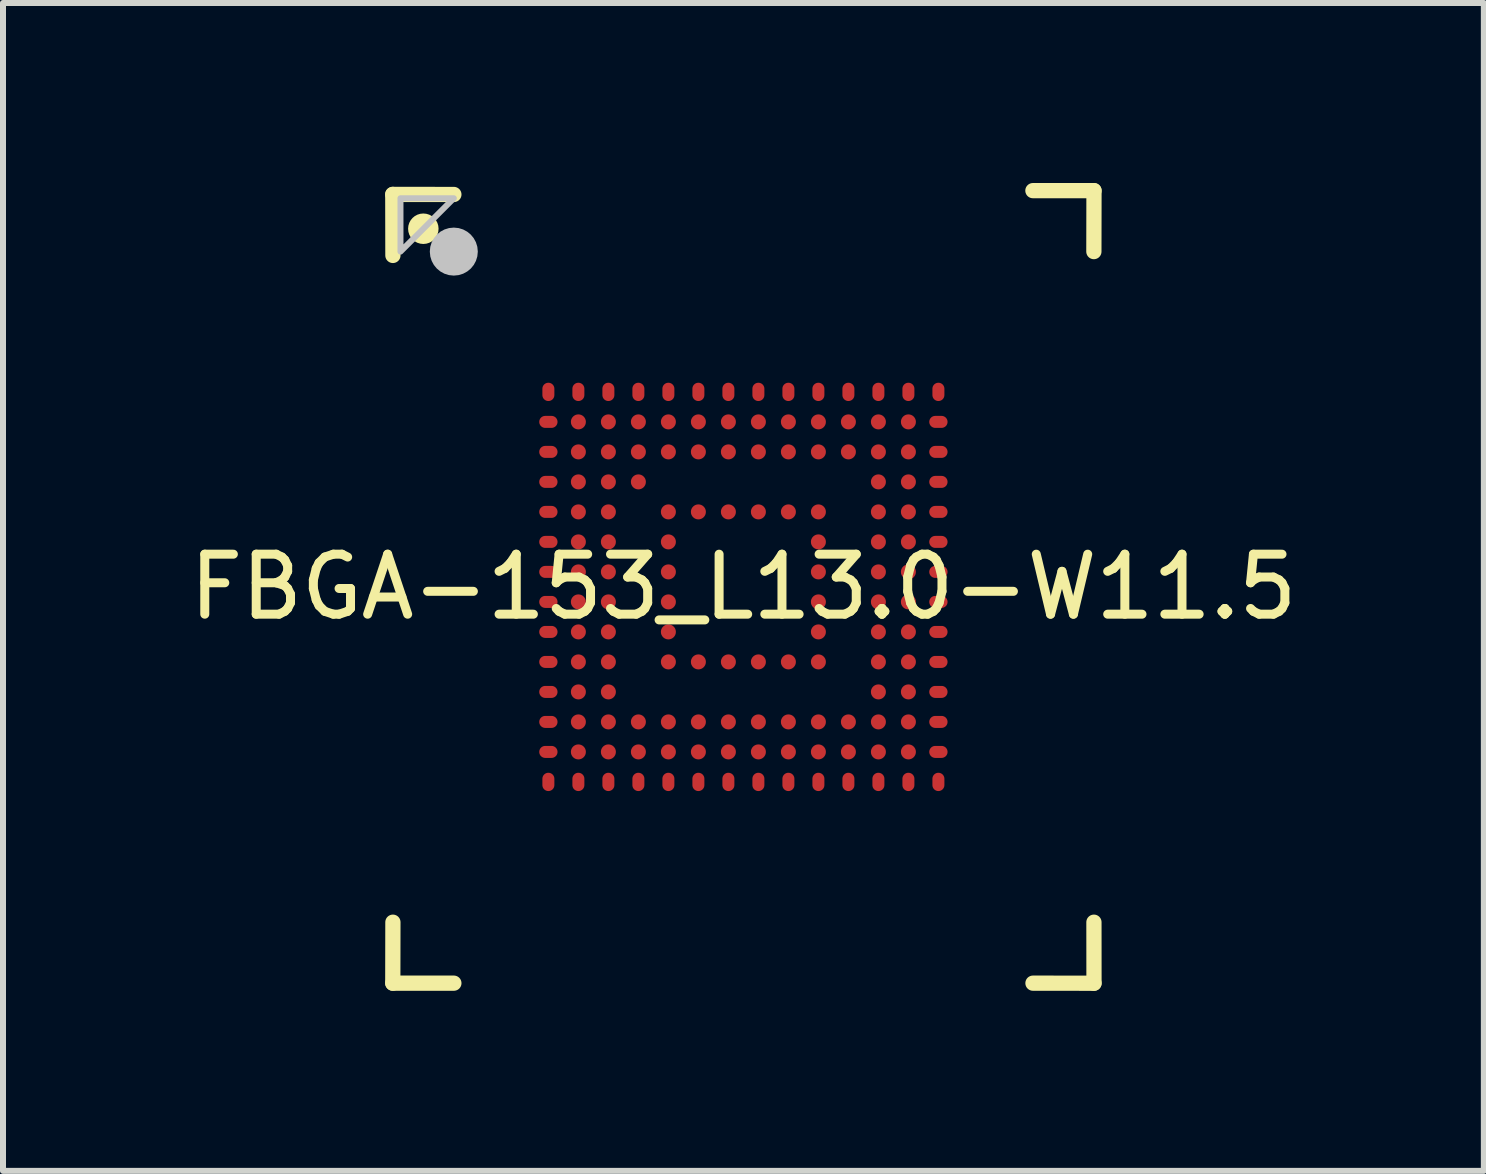
<source format=kicad_pcb>
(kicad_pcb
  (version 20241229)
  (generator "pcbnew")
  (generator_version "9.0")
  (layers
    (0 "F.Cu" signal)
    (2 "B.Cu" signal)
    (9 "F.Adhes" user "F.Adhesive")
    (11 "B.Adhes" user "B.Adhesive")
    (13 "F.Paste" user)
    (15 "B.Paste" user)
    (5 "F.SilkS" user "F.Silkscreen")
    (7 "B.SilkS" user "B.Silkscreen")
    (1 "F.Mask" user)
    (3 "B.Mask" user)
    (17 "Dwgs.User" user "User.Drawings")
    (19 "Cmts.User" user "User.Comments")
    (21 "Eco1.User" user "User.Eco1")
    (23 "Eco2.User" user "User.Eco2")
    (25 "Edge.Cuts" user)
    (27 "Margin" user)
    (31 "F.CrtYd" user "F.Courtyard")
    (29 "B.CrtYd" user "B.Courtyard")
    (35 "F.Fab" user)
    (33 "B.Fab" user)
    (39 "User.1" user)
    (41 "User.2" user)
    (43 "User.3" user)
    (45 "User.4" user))
  (footprint "FBGA-153_L13.0-W11.5"
    (layer "F.Cu")
    (at 9.339 6.731)
    (property "Reference" "FBGA-153_L13.0-W11.5" (at 0 0 0) (layer "F.SilkS") (effects (font (size 1 1) (thickness 0.15))))
    (fp_line (start -5.843 -6.541) (end -5.841 -5.524) (stroke (width 0.254) (type default)) (layer "F.SilkS"))
    (fp_line (start -5.843 6.604) (end -4.825 6.604) (stroke (width 0.254) (type default)) (layer "F.SilkS"))
    (fp_line (start -5.841 5.588) (end -5.843 6.604) (stroke (width 0.254) (type default)) (layer "F.SilkS"))
    (fp_line (start -4.825 -6.54) (end -5.843 -6.541) (stroke (width 0.254) (type default)) (layer "F.SilkS"))
    (fp_line (start 4.826 6.604) (end 5.843 6.605) (stroke (width 0.254) (type default)) (layer "F.SilkS"))
    (fp_line (start 5.841 -5.588) (end 5.843 -6.604) (stroke (width 0.254) (type default)) (layer "F.SilkS"))
    (fp_line (start 5.843 -6.604) (end 4.825 -6.604) (stroke (width 0.254) (type default)) (layer "F.SilkS"))
    (fp_line (start 5.843 6.605) (end 5.842 5.588) (stroke (width 0.254) (type default)) (layer "F.SilkS"))
    (fp_circle (center -5.334 -5.969) (end -5.207 -5.969) (stroke (width 0.254) (type default)) (fill no) (layer "F.SilkS"))
    (fp_poly (pts (xy -3.355 -3.4) (xy -3.145 -3.4) (xy -3.1 -3.355) (xy -3.1 -3.145) (xy -3.145 -3.1) (xy -3.355 -3.1) (xy -3.4 -3.145) (xy -3.4 -3.355)) (stroke (width 0) (type default)) (fill yes) (layer "F.Paste"))
    (fp_poly (pts (xy -3.355 -2.9) (xy -3.145 -2.9) (xy -3.1 -2.855) (xy -3.1 -2.645) (xy -3.145 -2.6) (xy -3.355 -2.6) (xy -3.4 -2.645) (xy -3.4 -2.855)) (stroke (width 0) (type default)) (fill yes) (layer "F.Paste"))
    (fp_poly (pts (xy -3.355 -2.4) (xy -3.145 -2.4) (xy -3.1 -2.355) (xy -3.1 -2.145) (xy -3.145 -2.1) (xy -3.355 -2.1) (xy -3.4 -2.145) (xy -3.4 -2.355)) (stroke (width 0) (type default)) (fill yes) (layer "F.Paste"))
    (fp_poly (pts (xy -3.355 -1.9) (xy -3.145 -1.9) (xy -3.1 -1.855) (xy -3.1 -1.645) (xy -3.145 -1.6) (xy -3.355 -1.6) (xy -3.4 -1.645) (xy -3.4 -1.855)) (stroke (width 0) (type default)) (fill yes) (layer "F.Paste"))
    (fp_poly (pts (xy -3.355 -1.4) (xy -3.145 -1.4) (xy -3.1 -1.355) (xy -3.1 -1.145) (xy -3.145 -1.1) (xy -3.355 -1.1) (xy -3.4 -1.145) (xy -3.4 -1.355)) (stroke (width 0) (type default)) (fill yes) (layer "F.Paste"))
    (fp_poly (pts (xy -3.355 -0.9) (xy -3.145 -0.9) (xy -3.1 -0.855) (xy -3.1 -0.645) (xy -3.145 -0.6) (xy -3.355 -0.6) (xy -3.4 -0.645) (xy -3.4 -0.855)) (stroke (width 0) (type default)) (fill yes) (layer "F.Paste"))
    (fp_poly (pts (xy -3.355 -0.4) (xy -3.145 -0.4) (xy -3.1 -0.355) (xy -3.1 -0.145) (xy -3.145 -0.1) (xy -3.355 -0.1) (xy -3.4 -0.145) (xy -3.4 -0.355)) (stroke (width 0) (type default)) (fill yes) (layer "F.Paste"))
    (fp_poly (pts (xy -3.355 0.1) (xy -3.145 0.1) (xy -3.1 0.145) (xy -3.1 0.355) (xy -3.145 0.4) (xy -3.355 0.4) (xy -3.4 0.355) (xy -3.4 0.145)) (stroke (width 0) (type default)) (fill yes) (layer "F.Paste"))
    (fp_poly (pts (xy -3.355 0.6) (xy -3.145 0.6) (xy -3.1 0.645) (xy -3.1 0.855) (xy -3.145 0.9) (xy -3.355 0.9) (xy -3.4 0.855) (xy -3.4 0.645)) (stroke (width 0) (type default)) (fill yes) (layer "F.Paste"))
    (fp_poly (pts (xy -3.355 1.1) (xy -3.145 1.1) (xy -3.1 1.145) (xy -3.1 1.355) (xy -3.145 1.4) (xy -3.355 1.4) (xy -3.4 1.355) (xy -3.4 1.145)) (stroke (width 0) (type default)) (fill yes) (layer "F.Paste"))
    (fp_poly (pts (xy -3.355 1.6) (xy -3.145 1.6) (xy -3.1 1.645) (xy -3.1 1.855) (xy -3.145 1.9) (xy -3.355 1.9) (xy -3.4 1.855) (xy -3.4 1.645)) (stroke (width 0) (type default)) (fill yes) (layer "F.Paste"))
    (fp_poly (pts (xy -3.355 2.1) (xy -3.145 2.1) (xy -3.1 2.145) (xy -3.1 2.355) (xy -3.145 2.4) (xy -3.355 2.4) (xy -3.4 2.355) (xy -3.4 2.145)) (stroke (width 0) (type default)) (fill yes) (layer "F.Paste"))
    (fp_poly (pts (xy -3.355 2.6) (xy -3.145 2.6) (xy -3.1 2.645) (xy -3.1 2.855) (xy -3.145 2.9) (xy -3.355 2.9) (xy -3.4 2.855) (xy -3.4 2.645)) (stroke (width 0) (type default)) (fill yes) (layer "F.Paste"))
    (fp_poly (pts (xy -3.355 3.1) (xy -3.145 3.1) (xy -3.1 3.145) (xy -3.1 3.355) (xy -3.145 3.4) (xy -3.355 3.4) (xy -3.4 3.355) (xy -3.4 3.145)) (stroke (width 0) (type default)) (fill yes) (layer "F.Paste"))
    (fp_poly (pts (xy -2.855 -3.4) (xy -2.645 -3.4) (xy -2.6 -3.355) (xy -2.6 -3.145) (xy -2.645 -3.1) (xy -2.855 -3.1) (xy -2.9 -3.145) (xy -2.9 -3.355)) (stroke (width 0) (type default)) (fill yes) (layer "F.Paste"))
    (fp_poly (pts (xy -2.855 -2.9) (xy -2.645 -2.9) (xy -2.6 -2.855) (xy -2.6 -2.645) (xy -2.645 -2.6) (xy -2.855 -2.6) (xy -2.9 -2.645) (xy -2.9 -2.855)) (stroke (width 0) (type default)) (fill yes) (layer "F.Paste"))
    (fp_poly (pts (xy -2.855 -2.4) (xy -2.645 -2.4) (xy -2.6 -2.355) (xy -2.6 -2.145) (xy -2.645 -2.1) (xy -2.855 -2.1) (xy -2.9 -2.145) (xy -2.9 -2.355)) (stroke (width 0) (type default)) (fill yes) (layer "F.Paste"))
    (fp_poly (pts (xy -2.855 -1.9) (xy -2.645 -1.9) (xy -2.6 -1.855) (xy -2.6 -1.645) (xy -2.645 -1.6) (xy -2.855 -1.6) (xy -2.9 -1.645) (xy -2.9 -1.855)) (stroke (width 0) (type default)) (fill yes) (layer "F.Paste"))
    (fp_poly (pts (xy -2.855 -1.4) (xy -2.645 -1.4) (xy -2.6 -1.355) (xy -2.6 -1.145) (xy -2.645 -1.1) (xy -2.855 -1.1) (xy -2.9 -1.145) (xy -2.9 -1.355)) (stroke (width 0) (type default)) (fill yes) (layer "F.Paste"))
    (fp_poly (pts (xy -2.855 -0.9) (xy -2.645 -0.9) (xy -2.6 -0.855) (xy -2.6 -0.645) (xy -2.645 -0.6) (xy -2.855 -0.6) (xy -2.9 -0.645) (xy -2.9 -0.855)) (stroke (width 0) (type default)) (fill yes) (layer "F.Paste"))
    (fp_poly (pts (xy -2.855 -0.4) (xy -2.645 -0.4) (xy -2.6 -0.355) (xy -2.6 -0.145) (xy -2.645 -0.1) (xy -2.855 -0.1) (xy -2.9 -0.145) (xy -2.9 -0.355)) (stroke (width 0) (type default)) (fill yes) (layer "F.Paste"))
    (fp_poly (pts (xy -2.855 0.1) (xy -2.645 0.1) (xy -2.6 0.145) (xy -2.6 0.355) (xy -2.645 0.4) (xy -2.855 0.4) (xy -2.9 0.355) (xy -2.9 0.145)) (stroke (width 0) (type default)) (fill yes) (layer "F.Paste"))
    (fp_poly (pts (xy -2.855 0.6) (xy -2.645 0.6) (xy -2.6 0.645) (xy -2.6 0.855) (xy -2.645 0.9) (xy -2.855 0.9) (xy -2.9 0.855) (xy -2.9 0.645)) (stroke (width 0) (type default)) (fill yes) (layer "F.Paste"))
    (fp_poly (pts (xy -2.855 1.1) (xy -2.645 1.1) (xy -2.6 1.145) (xy -2.6 1.355) (xy -2.645 1.4) (xy -2.855 1.4) (xy -2.9 1.355) (xy -2.9 1.145)) (stroke (width 0) (type default)) (fill yes) (layer "F.Paste"))
    (fp_poly (pts (xy -2.855 1.6) (xy -2.645 1.6) (xy -2.6 1.645) (xy -2.6 1.855) (xy -2.645 1.9) (xy -2.855 1.9) (xy -2.9 1.855) (xy -2.9 1.645)) (stroke (width 0) (type default)) (fill yes) (layer "F.Paste"))
    (fp_poly (pts (xy -2.855 2.1) (xy -2.645 2.1) (xy -2.6 2.145) (xy -2.6 2.355) (xy -2.645 2.4) (xy -2.855 2.4) (xy -2.9 2.355) (xy -2.9 2.145)) (stroke (width 0) (type default)) (fill yes) (layer "F.Paste"))
    (fp_poly (pts (xy -2.855 2.6) (xy -2.645 2.6) (xy -2.6 2.645) (xy -2.6 2.855) (xy -2.645 2.9) (xy -2.855 2.9) (xy -2.9 2.855) (xy -2.9 2.645)) (stroke (width 0) (type default)) (fill yes) (layer "F.Paste"))
    (fp_poly (pts (xy -2.855 3.1) (xy -2.645 3.1) (xy -2.6 3.145) (xy -2.6 3.355) (xy -2.645 3.4) (xy -2.855 3.4) (xy -2.9 3.355) (xy -2.9 3.145)) (stroke (width 0) (type default)) (fill yes) (layer "F.Paste"))
    (fp_poly (pts (xy -2.355 -3.4) (xy -2.145 -3.4) (xy -2.1 -3.355) (xy -2.1 -3.145) (xy -2.145 -3.1) (xy -2.355 -3.1) (xy -2.4 -3.145) (xy -2.4 -3.355)) (stroke (width 0) (type default)) (fill yes) (layer "F.Paste"))
    (fp_poly (pts (xy -2.355 -2.9) (xy -2.145 -2.9) (xy -2.1 -2.855) (xy -2.1 -2.645) (xy -2.145 -2.6) (xy -2.355 -2.6) (xy -2.4 -2.645) (xy -2.4 -2.855)) (stroke (width 0) (type default)) (fill yes) (layer "F.Paste"))
    (fp_poly (pts (xy -2.355 -2.4) (xy -2.145 -2.4) (xy -2.1 -2.355) (xy -2.1 -2.145) (xy -2.145 -2.1) (xy -2.355 -2.1) (xy -2.4 -2.145) (xy -2.4 -2.355)) (stroke (width 0) (type default)) (fill yes) (layer "F.Paste"))
    (fp_poly (pts (xy -2.355 -1.9) (xy -2.145 -1.9) (xy -2.1 -1.855) (xy -2.1 -1.645) (xy -2.145 -1.6) (xy -2.355 -1.6) (xy -2.4 -1.645) (xy -2.4 -1.855)) (stroke (width 0) (type default)) (fill yes) (layer "F.Paste"))
    (fp_poly (pts (xy -2.355 -1.4) (xy -2.145 -1.4) (xy -2.1 -1.355) (xy -2.1 -1.145) (xy -2.145 -1.1) (xy -2.355 -1.1) (xy -2.4 -1.145) (xy -2.4 -1.355)) (stroke (width 0) (type default)) (fill yes) (layer "F.Paste"))
    (fp_poly (pts (xy -2.355 -0.9) (xy -2.145 -0.9) (xy -2.1 -0.855) (xy -2.1 -0.645) (xy -2.145 -0.6) (xy -2.355 -0.6) (xy -2.4 -0.645) (xy -2.4 -0.855)) (stroke (width 0) (type default)) (fill yes) (layer "F.Paste"))
    (fp_poly (pts (xy -2.355 -0.4) (xy -2.145 -0.4) (xy -2.1 -0.355) (xy -2.1 -0.145) (xy -2.145 -0.1) (xy -2.355 -0.1) (xy -2.4 -0.145) (xy -2.4 -0.355)) (stroke (width 0) (type default)) (fill yes) (layer "F.Paste"))
    (fp_poly (pts (xy -2.355 0.1) (xy -2.145 0.1) (xy -2.1 0.145) (xy -2.1 0.355) (xy -2.145 0.4) (xy -2.355 0.4) (xy -2.4 0.355) (xy -2.4 0.145)) (stroke (width 0) (type default)) (fill yes) (layer "F.Paste"))
    (fp_poly (pts (xy -2.355 0.6) (xy -2.145 0.6) (xy -2.1 0.645) (xy -2.1 0.855) (xy -2.145 0.9) (xy -2.355 0.9) (xy -2.4 0.855) (xy -2.4 0.645)) (stroke (width 0) (type default)) (fill yes) (layer "F.Paste"))
    (fp_poly (pts (xy -2.355 1.1) (xy -2.145 1.1) (xy -2.1 1.145) (xy -2.1 1.355) (xy -2.145 1.4) (xy -2.355 1.4) (xy -2.4 1.355) (xy -2.4 1.145)) (stroke (width 0) (type default)) (fill yes) (layer "F.Paste"))
    (fp_poly (pts (xy -2.355 1.6) (xy -2.145 1.6) (xy -2.1 1.645) (xy -2.1 1.855) (xy -2.145 1.9) (xy -2.355 1.9) (xy -2.4 1.855) (xy -2.4 1.645)) (stroke (width 0) (type default)) (fill yes) (layer "F.Paste"))
    (fp_poly (pts (xy -2.355 2.1) (xy -2.145 2.1) (xy -2.1 2.145) (xy -2.1 2.355) (xy -2.145 2.4) (xy -2.355 2.4) (xy -2.4 2.355) (xy -2.4 2.145)) (stroke (width 0) (type default)) (fill yes) (layer "F.Paste"))
    (fp_poly (pts (xy -2.355 2.6) (xy -2.145 2.6) (xy -2.1 2.645) (xy -2.1 2.855) (xy -2.145 2.9) (xy -2.355 2.9) (xy -2.4 2.855) (xy -2.4 2.645)) (stroke (width 0) (type default)) (fill yes) (layer "F.Paste"))
    (fp_poly (pts (xy -2.355 3.1) (xy -2.145 3.1) (xy -2.1 3.145) (xy -2.1 3.355) (xy -2.145 3.4) (xy -2.355 3.4) (xy -2.4 3.355) (xy -2.4 3.145)) (stroke (width 0) (type default)) (fill yes) (layer "F.Paste"))
    (fp_poly (pts (xy -1.855 -3.4) (xy -1.645 -3.4) (xy -1.6 -3.355) (xy -1.6 -3.145) (xy -1.645 -3.1) (xy -1.855 -3.1) (xy -1.9 -3.145) (xy -1.9 -3.355)) (stroke (width 0) (type default)) (fill yes) (layer "F.Paste"))
    (fp_poly (pts (xy -1.855 -2.9) (xy -1.645 -2.9) (xy -1.6 -2.855) (xy -1.6 -2.645) (xy -1.645 -2.6) (xy -1.855 -2.6) (xy -1.9 -2.645) (xy -1.9 -2.855)) (stroke (width 0) (type default)) (fill yes) (layer "F.Paste"))
    (fp_poly (pts (xy -1.855 -2.4) (xy -1.645 -2.4) (xy -1.6 -2.355) (xy -1.6 -2.145) (xy -1.645 -2.1) (xy -1.855 -2.1) (xy -1.9 -2.145) (xy -1.9 -2.355)) (stroke (width 0) (type default)) (fill yes) (layer "F.Paste"))
    (fp_poly (pts (xy -1.855 -1.9) (xy -1.645 -1.9) (xy -1.6 -1.855) (xy -1.6 -1.645) (xy -1.645 -1.6) (xy -1.855 -1.6) (xy -1.9 -1.645) (xy -1.9 -1.855)) (stroke (width 0) (type default)) (fill yes) (layer "F.Paste"))
    (fp_poly (pts (xy -1.855 2.1) (xy -1.645 2.1) (xy -1.6 2.145) (xy -1.6 2.355) (xy -1.645 2.4) (xy -1.855 2.4) (xy -1.9 2.355) (xy -1.9 2.145)) (stroke (width 0) (type default)) (fill yes) (layer "F.Paste"))
    (fp_poly (pts (xy -1.855 2.6) (xy -1.645 2.6) (xy -1.6 2.645) (xy -1.6 2.855) (xy -1.645 2.9) (xy -1.855 2.9) (xy -1.9 2.855) (xy -1.9 2.645)) (stroke (width 0) (type default)) (fill yes) (layer "F.Paste"))
    (fp_poly (pts (xy -1.855 3.1) (xy -1.645 3.1) (xy -1.6 3.145) (xy -1.6 3.355) (xy -1.645 3.4) (xy -1.855 3.4) (xy -1.9 3.355) (xy -1.9 3.145)) (stroke (width 0) (type default)) (fill yes) (layer "F.Paste"))
    (fp_poly (pts (xy -1.355 -3.4) (xy -1.145 -3.4) (xy -1.1 -3.355) (xy -1.1 -3.145) (xy -1.145 -3.1) (xy -1.355 -3.1) (xy -1.4 -3.145) (xy -1.4 -3.355)) (stroke (width 0) (type default)) (fill yes) (layer "F.Paste"))
    (fp_poly (pts (xy -1.355 -2.9) (xy -1.145 -2.9) (xy -1.1 -2.855) (xy -1.1 -2.645) (xy -1.145 -2.6) (xy -1.355 -2.6) (xy -1.4 -2.645) (xy -1.4 -2.855)) (stroke (width 0) (type default)) (fill yes) (layer "F.Paste"))
    (fp_poly (pts (xy -1.355 -2.4) (xy -1.145 -2.4) (xy -1.1 -2.355) (xy -1.1 -2.145) (xy -1.145 -2.1) (xy -1.355 -2.1) (xy -1.4 -2.145) (xy -1.4 -2.355)) (stroke (width 0) (type default)) (fill yes) (layer "F.Paste"))
    (fp_poly (pts (xy -1.355 -1.4) (xy -1.145 -1.4) (xy -1.1 -1.355) (xy -1.1 -1.145) (xy -1.145 -1.1) (xy -1.355 -1.1) (xy -1.4 -1.145) (xy -1.4 -1.355)) (stroke (width 0) (type default)) (fill yes) (layer "F.Paste"))
    (fp_poly (pts (xy -1.355 -0.9) (xy -1.145 -0.9) (xy -1.1 -0.855) (xy -1.1 -0.645) (xy -1.145 -0.6) (xy -1.355 -0.6) (xy -1.4 -0.645) (xy -1.4 -0.855)) (stroke (width 0) (type default)) (fill yes) (layer "F.Paste"))
    (fp_poly (pts (xy -1.355 -0.4) (xy -1.145 -0.4) (xy -1.1 -0.355) (xy -1.1 -0.145) (xy -1.145 -0.1) (xy -1.355 -0.1) (xy -1.4 -0.145) (xy -1.4 -0.355)) (stroke (width 0) (type default)) (fill yes) (layer "F.Paste"))
    (fp_poly (pts (xy -1.355 0.1) (xy -1.145 0.1) (xy -1.1 0.145) (xy -1.1 0.355) (xy -1.145 0.4) (xy -1.355 0.4) (xy -1.4 0.355) (xy -1.4 0.145)) (stroke (width 0) (type default)) (fill yes) (layer "F.Paste"))
    (fp_poly (pts (xy -1.355 0.6) (xy -1.145 0.6) (xy -1.1 0.645) (xy -1.1 0.855) (xy -1.145 0.9) (xy -1.355 0.9) (xy -1.4 0.855) (xy -1.4 0.645)) (stroke (width 0) (type default)) (fill yes) (layer "F.Paste"))
    (fp_poly (pts (xy -1.355 1.1) (xy -1.145 1.1) (xy -1.1 1.145) (xy -1.1 1.355) (xy -1.145 1.4) (xy -1.355 1.4) (xy -1.4 1.355) (xy -1.4 1.145)) (stroke (width 0) (type default)) (fill yes) (layer "F.Paste"))
    (fp_poly (pts (xy -1.355 2.1) (xy -1.145 2.1) (xy -1.1 2.145) (xy -1.1 2.355) (xy -1.145 2.4) (xy -1.355 2.4) (xy -1.4 2.355) (xy -1.4 2.145)) (stroke (width 0) (type default)) (fill yes) (layer "F.Paste"))
    (fp_poly (pts (xy -1.355 2.6) (xy -1.145 2.6) (xy -1.1 2.645) (xy -1.1 2.855) (xy -1.145 2.9) (xy -1.355 2.9) (xy -1.4 2.855) (xy -1.4 2.645)) (stroke (width 0) (type default)) (fill yes) (layer "F.Paste"))
    (fp_poly (pts (xy -1.355 3.1) (xy -1.145 3.1) (xy -1.1 3.145) (xy -1.1 3.355) (xy -1.145 3.4) (xy -1.355 3.4) (xy -1.4 3.355) (xy -1.4 3.145)) (stroke (width 0) (type default)) (fill yes) (layer "F.Paste"))
    (fp_poly (pts (xy -0.855 -3.4) (xy -0.645 -3.4) (xy -0.6 -3.355) (xy -0.6 -3.145) (xy -0.645 -3.1) (xy -0.855 -3.1) (xy -0.9 -3.145) (xy -0.9 -3.355)) (stroke (width 0) (type default)) (fill yes) (layer "F.Paste"))
    (fp_poly (pts (xy -0.855 -2.9) (xy -0.645 -2.9) (xy -0.6 -2.855) (xy -0.6 -2.645) (xy -0.645 -2.6) (xy -0.855 -2.6) (xy -0.9 -2.645) (xy -0.9 -2.855)) (stroke (width 0) (type default)) (fill yes) (layer "F.Paste"))
    (fp_poly (pts (xy -0.855 -2.4) (xy -0.645 -2.4) (xy -0.6 -2.355) (xy -0.6 -2.145) (xy -0.645 -2.1) (xy -0.855 -2.1) (xy -0.9 -2.145) (xy -0.9 -2.355)) (stroke (width 0) (type default)) (fill yes) (layer "F.Paste"))
    (fp_poly (pts (xy -0.855 -1.4) (xy -0.645 -1.4) (xy -0.6 -1.355) (xy -0.6 -1.145) (xy -0.645 -1.1) (xy -0.855 -1.1) (xy -0.9 -1.145) (xy -0.9 -1.355)) (stroke (width 0) (type default)) (fill yes) (layer "F.Paste"))
    (fp_poly (pts (xy -0.855 1.1) (xy -0.645 1.1) (xy -0.6 1.145) (xy -0.6 1.355) (xy -0.645 1.4) (xy -0.855 1.4) (xy -0.9 1.355) (xy -0.9 1.145)) (stroke (width 0) (type default)) (fill yes) (layer "F.Paste"))
    (fp_poly (pts (xy -0.855 2.1) (xy -0.645 2.1) (xy -0.6 2.145) (xy -0.6 2.355) (xy -0.645 2.4) (xy -0.855 2.4) (xy -0.9 2.355) (xy -0.9 2.145)) (stroke (width 0) (type default)) (fill yes) (layer "F.Paste"))
    (fp_poly (pts (xy -0.855 2.6) (xy -0.645 2.6) (xy -0.6 2.645) (xy -0.6 2.855) (xy -0.645 2.9) (xy -0.855 2.9) (xy -0.9 2.855) (xy -0.9 2.645)) (stroke (width 0) (type default)) (fill yes) (layer "F.Paste"))
    (fp_poly (pts (xy -0.855 3.1) (xy -0.645 3.1) (xy -0.6 3.145) (xy -0.6 3.355) (xy -0.645 3.4) (xy -0.855 3.4) (xy -0.9 3.355) (xy -0.9 3.145)) (stroke (width 0) (type default)) (fill yes) (layer "F.Paste"))
    (fp_poly (pts (xy -0.355 -3.4) (xy -0.145 -3.4) (xy -0.1 -3.355) (xy -0.1 -3.145) (xy -0.145 -3.1) (xy -0.355 -3.1) (xy -0.4 -3.145) (xy -0.4 -3.355)) (stroke (width 0) (type default)) (fill yes) (layer "F.Paste"))
    (fp_poly (pts (xy -0.355 -2.9) (xy -0.145 -2.9) (xy -0.1 -2.855) (xy -0.1 -2.645) (xy -0.145 -2.6) (xy -0.355 -2.6) (xy -0.4 -2.645) (xy -0.4 -2.855)) (stroke (width 0) (type default)) (fill yes) (layer "F.Paste"))
    (fp_poly (pts (xy -0.355 -2.4) (xy -0.145 -2.4) (xy -0.1 -2.355) (xy -0.1 -2.145) (xy -0.145 -2.1) (xy -0.355 -2.1) (xy -0.4 -2.145) (xy -0.4 -2.355)) (stroke (width 0) (type default)) (fill yes) (layer "F.Paste"))
    (fp_poly (pts (xy -0.355 -1.4) (xy -0.145 -1.4) (xy -0.1 -1.355) (xy -0.1 -1.145) (xy -0.145 -1.1) (xy -0.355 -1.1) (xy -0.4 -1.145) (xy -0.4 -1.355)) (stroke (width 0) (type default)) (fill yes) (layer "F.Paste"))
    (fp_poly (pts (xy -0.355 1.1) (xy -0.145 1.1) (xy -0.1 1.145) (xy -0.1 1.355) (xy -0.145 1.4) (xy -0.355 1.4) (xy -0.4 1.355) (xy -0.4 1.145)) (stroke (width 0) (type default)) (fill yes) (layer "F.Paste"))
    (fp_poly (pts (xy -0.355 2.1) (xy -0.145 2.1) (xy -0.1 2.145) (xy -0.1 2.355) (xy -0.145 2.4) (xy -0.355 2.4) (xy -0.4 2.355) (xy -0.4 2.145)) (stroke (width 0) (type default)) (fill yes) (layer "F.Paste"))
    (fp_poly (pts (xy -0.355 2.6) (xy -0.145 2.6) (xy -0.1 2.645) (xy -0.1 2.855) (xy -0.145 2.9) (xy -0.355 2.9) (xy -0.4 2.855) (xy -0.4 2.645)) (stroke (width 0) (type default)) (fill yes) (layer "F.Paste"))
    (fp_poly (pts (xy -0.355 3.1) (xy -0.145 3.1) (xy -0.1 3.145) (xy -0.1 3.355) (xy -0.145 3.4) (xy -0.355 3.4) (xy -0.4 3.355) (xy -0.4 3.145)) (stroke (width 0) (type default)) (fill yes) (layer "F.Paste"))
    (fp_poly (pts (xy 0.145 -3.4) (xy 0.355 -3.4) (xy 0.4 -3.355) (xy 0.4 -3.145) (xy 0.355 -3.1) (xy 0.145 -3.1) (xy 0.1 -3.145) (xy 0.1 -3.355)) (stroke (width 0) (type default)) (fill yes) (layer "F.Paste"))
    (fp_poly (pts (xy 0.145 -2.9) (xy 0.355 -2.9) (xy 0.4 -2.855) (xy 0.4 -2.645) (xy 0.355 -2.6) (xy 0.145 -2.6) (xy 0.1 -2.645) (xy 0.1 -2.855)) (stroke (width 0) (type default)) (fill yes) (layer "F.Paste"))
    (fp_poly (pts (xy 0.145 -2.4) (xy 0.355 -2.4) (xy 0.4 -2.355) (xy 0.4 -2.145) (xy 0.355 -2.1) (xy 0.145 -2.1) (xy 0.1 -2.145) (xy 0.1 -2.355)) (stroke (width 0) (type default)) (fill yes) (layer "F.Paste"))
    (fp_poly (pts (xy 0.145 -1.4) (xy 0.355 -1.4) (xy 0.4 -1.355) (xy 0.4 -1.145) (xy 0.355 -1.1) (xy 0.145 -1.1) (xy 0.1 -1.145) (xy 0.1 -1.355)) (stroke (width 0) (type default)) (fill yes) (layer "F.Paste"))
    (fp_poly (pts (xy 0.145 1.1) (xy 0.355 1.1) (xy 0.4 1.145) (xy 0.4 1.355) (xy 0.355 1.4) (xy 0.145 1.4) (xy 0.1 1.355) (xy 0.1 1.145)) (stroke (width 0) (type default)) (fill yes) (layer "F.Paste"))
    (fp_poly (pts (xy 0.145 2.1) (xy 0.355 2.1) (xy 0.4 2.145) (xy 0.4 2.355) (xy 0.355 2.4) (xy 0.145 2.4) (xy 0.1 2.355) (xy 0.1 2.145)) (stroke (width 0) (type default)) (fill yes) (layer "F.Paste"))
    (fp_poly (pts (xy 0.145 2.6) (xy 0.355 2.6) (xy 0.4 2.645) (xy 0.4 2.855) (xy 0.355 2.9) (xy 0.145 2.9) (xy 0.1 2.855) (xy 0.1 2.645)) (stroke (width 0) (type default)) (fill yes) (layer "F.Paste"))
    (fp_poly (pts (xy 0.145 3.1) (xy 0.355 3.1) (xy 0.4 3.145) (xy 0.4 3.355) (xy 0.355 3.4) (xy 0.145 3.4) (xy 0.1 3.355) (xy 0.1 3.145)) (stroke (width 0) (type default)) (fill yes) (layer "F.Paste"))
    (fp_poly (pts (xy 0.645 -3.4) (xy 0.855 -3.4) (xy 0.9 -3.355) (xy 0.9 -3.145) (xy 0.855 -3.1) (xy 0.645 -3.1) (xy 0.6 -3.145) (xy 0.6 -3.355)) (stroke (width 0) (type default)) (fill yes) (layer "F.Paste"))
    (fp_poly (pts (xy 0.645 -2.9) (xy 0.855 -2.9) (xy 0.9 -2.855) (xy 0.9 -2.645) (xy 0.855 -2.6) (xy 0.645 -2.6) (xy 0.6 -2.645) (xy 0.6 -2.855)) (stroke (width 0) (type default)) (fill yes) (layer "F.Paste"))
    (fp_poly (pts (xy 0.645 -2.4) (xy 0.855 -2.4) (xy 0.9 -2.355) (xy 0.9 -2.145) (xy 0.855 -2.1) (xy 0.645 -2.1) (xy 0.6 -2.145) (xy 0.6 -2.355)) (stroke (width 0) (type default)) (fill yes) (layer "F.Paste"))
    (fp_poly (pts (xy 0.645 -1.4) (xy 0.855 -1.4) (xy 0.9 -1.355) (xy 0.9 -1.145) (xy 0.855 -1.1) (xy 0.645 -1.1) (xy 0.6 -1.145) (xy 0.6 -1.355)) (stroke (width 0) (type default)) (fill yes) (layer "F.Paste"))
    (fp_poly (pts (xy 0.645 1.1) (xy 0.855 1.1) (xy 0.9 1.145) (xy 0.9 1.355) (xy 0.855 1.4) (xy 0.645 1.4) (xy 0.6 1.355) (xy 0.6 1.145)) (stroke (width 0) (type default)) (fill yes) (layer "F.Paste"))
    (fp_poly (pts (xy 0.645 2.1) (xy 0.855 2.1) (xy 0.9 2.145) (xy 0.9 2.355) (xy 0.855 2.4) (xy 0.645 2.4) (xy 0.6 2.355) (xy 0.6 2.145)) (stroke (width 0) (type default)) (fill yes) (layer "F.Paste"))
    (fp_poly (pts (xy 0.645 2.6) (xy 0.855 2.6) (xy 0.9 2.645) (xy 0.9 2.855) (xy 0.855 2.9) (xy 0.645 2.9) (xy 0.6 2.855) (xy 0.6 2.645)) (stroke (width 0) (type default)) (fill yes) (layer "F.Paste"))
    (fp_poly (pts (xy 0.645 3.1) (xy 0.855 3.1) (xy 0.9 3.145) (xy 0.9 3.355) (xy 0.855 3.4) (xy 0.645 3.4) (xy 0.6 3.355) (xy 0.6 3.145)) (stroke (width 0) (type default)) (fill yes) (layer "F.Paste"))
    (fp_poly (pts (xy 1.145 -3.4) (xy 1.355 -3.4) (xy 1.4 -3.355) (xy 1.4 -3.145) (xy 1.355 -3.1) (xy 1.145 -3.1) (xy 1.1 -3.145) (xy 1.1 -3.355)) (stroke (width 0) (type default)) (fill yes) (layer "F.Paste"))
    (fp_poly (pts (xy 1.145 -2.9) (xy 1.355 -2.9) (xy 1.4 -2.855) (xy 1.4 -2.645) (xy 1.355 -2.6) (xy 1.145 -2.6) (xy 1.1 -2.645) (xy 1.1 -2.855)) (stroke (width 0) (type default)) (fill yes) (layer "F.Paste"))
    (fp_poly (pts (xy 1.145 -2.4) (xy 1.355 -2.4) (xy 1.4 -2.355) (xy 1.4 -2.145) (xy 1.355 -2.1) (xy 1.145 -2.1) (xy 1.1 -2.145) (xy 1.1 -2.355)) (stroke (width 0) (type default)) (fill yes) (layer "F.Paste"))
    (fp_poly (pts (xy 1.145 -1.4) (xy 1.355 -1.4) (xy 1.4 -1.355) (xy 1.4 -1.145) (xy 1.355 -1.1) (xy 1.145 -1.1) (xy 1.1 -1.145) (xy 1.1 -1.355)) (stroke (width 0) (type default)) (fill yes) (layer "F.Paste"))
    (fp_poly (pts (xy 1.145 -0.9) (xy 1.355 -0.9) (xy 1.4 -0.855) (xy 1.4 -0.645) (xy 1.355 -0.6) (xy 1.145 -0.6) (xy 1.1 -0.645) (xy 1.1 -0.855)) (stroke (width 0) (type default)) (fill yes) (layer "F.Paste"))
    (fp_poly (pts (xy 1.145 -0.4) (xy 1.355 -0.4) (xy 1.4 -0.355) (xy 1.4 -0.145) (xy 1.355 -0.1) (xy 1.145 -0.1) (xy 1.1 -0.145) (xy 1.1 -0.355)) (stroke (width 0) (type default)) (fill yes) (layer "F.Paste"))
    (fp_poly (pts (xy 1.145 0.1) (xy 1.355 0.1) (xy 1.4 0.145) (xy 1.4 0.355) (xy 1.355 0.4) (xy 1.145 0.4) (xy 1.1 0.355) (xy 1.1 0.145)) (stroke (width 0) (type default)) (fill yes) (layer "F.Paste"))
    (fp_poly (pts (xy 1.145 0.6) (xy 1.355 0.6) (xy 1.4 0.645) (xy 1.4 0.855) (xy 1.355 0.9) (xy 1.145 0.9) (xy 1.1 0.855) (xy 1.1 0.645)) (stroke (width 0) (type default)) (fill yes) (layer "F.Paste"))
    (fp_poly (pts (xy 1.145 1.1) (xy 1.355 1.1) (xy 1.4 1.145) (xy 1.4 1.355) (xy 1.355 1.4) (xy 1.145 1.4) (xy 1.1 1.355) (xy 1.1 1.145)) (stroke (width 0) (type default)) (fill yes) (layer "F.Paste"))
    (fp_poly (pts (xy 1.145 2.1) (xy 1.355 2.1) (xy 1.4 2.145) (xy 1.4 2.355) (xy 1.355 2.4) (xy 1.145 2.4) (xy 1.1 2.355) (xy 1.1 2.145)) (stroke (width 0) (type default)) (fill yes) (layer "F.Paste"))
    (fp_poly (pts (xy 1.145 2.6) (xy 1.355 2.6) (xy 1.4 2.645) (xy 1.4 2.855) (xy 1.355 2.9) (xy 1.145 2.9) (xy 1.1 2.855) (xy 1.1 2.645)) (stroke (width 0) (type default)) (fill yes) (layer "F.Paste"))
    (fp_poly (pts (xy 1.145 3.1) (xy 1.355 3.1) (xy 1.4 3.145) (xy 1.4 3.355) (xy 1.355 3.4) (xy 1.145 3.4) (xy 1.1 3.355) (xy 1.1 3.145)) (stroke (width 0) (type default)) (fill yes) (layer "F.Paste"))
    (fp_poly (pts (xy 1.645 -3.4) (xy 1.855 -3.4) (xy 1.9 -3.355) (xy 1.9 -3.145) (xy 1.855 -3.1) (xy 1.645 -3.1) (xy 1.6 -3.145) (xy 1.6 -3.355)) (stroke (width 0) (type default)) (fill yes) (layer "F.Paste"))
    (fp_poly (pts (xy 1.645 -2.9) (xy 1.855 -2.9) (xy 1.9 -2.855) (xy 1.9 -2.645) (xy 1.855 -2.6) (xy 1.645 -2.6) (xy 1.6 -2.645) (xy 1.6 -2.855)) (stroke (width 0) (type default)) (fill yes) (layer "F.Paste"))
    (fp_poly (pts (xy 1.645 -2.4) (xy 1.855 -2.4) (xy 1.9 -2.355) (xy 1.9 -2.145) (xy 1.855 -2.1) (xy 1.645 -2.1) (xy 1.6 -2.145) (xy 1.6 -2.355)) (stroke (width 0) (type default)) (fill yes) (layer "F.Paste"))
    (fp_poly (pts (xy 1.645 2.1) (xy 1.855 2.1) (xy 1.9 2.145) (xy 1.9 2.355) (xy 1.855 2.4) (xy 1.645 2.4) (xy 1.6 2.355) (xy 1.6 2.145)) (stroke (width 0) (type default)) (fill yes) (layer "F.Paste"))
    (fp_poly (pts (xy 1.645 2.6) (xy 1.855 2.6) (xy 1.9 2.645) (xy 1.9 2.855) (xy 1.855 2.9) (xy 1.645 2.9) (xy 1.6 2.855) (xy 1.6 2.645)) (stroke (width 0) (type default)) (fill yes) (layer "F.Paste"))
    (fp_poly (pts (xy 1.645 3.1) (xy 1.855 3.1) (xy 1.9 3.145) (xy 1.9 3.355) (xy 1.855 3.4) (xy 1.645 3.4) (xy 1.6 3.355) (xy 1.6 3.145)) (stroke (width 0) (type default)) (fill yes) (layer "F.Paste"))
    (fp_poly (pts (xy 2.145 -3.4) (xy 2.355 -3.4) (xy 2.4 -3.355) (xy 2.4 -3.145) (xy 2.355 -3.1) (xy 2.145 -3.1) (xy 2.1 -3.145) (xy 2.1 -3.355)) (stroke (width 0) (type default)) (fill yes) (layer "F.Paste"))
    (fp_poly (pts (xy 2.145 -2.9) (xy 2.355 -2.9) (xy 2.4 -2.855) (xy 2.4 -2.645) (xy 2.355 -2.6) (xy 2.145 -2.6) (xy 2.1 -2.645) (xy 2.1 -2.855)) (stroke (width 0) (type default)) (fill yes) (layer "F.Paste"))
    (fp_poly (pts (xy 2.145 -2.4) (xy 2.355 -2.4) (xy 2.4 -2.355) (xy 2.4 -2.145) (xy 2.355 -2.1) (xy 2.145 -2.1) (xy 2.1 -2.145) (xy 2.1 -2.355)) (stroke (width 0) (type default)) (fill yes) (layer "F.Paste"))
    (fp_poly (pts (xy 2.145 -1.9) (xy 2.355 -1.9) (xy 2.4 -1.855) (xy 2.4 -1.645) (xy 2.355 -1.6) (xy 2.145 -1.6) (xy 2.1 -1.645) (xy 2.1 -1.855)) (stroke (width 0) (type default)) (fill yes) (layer "F.Paste"))
    (fp_poly (pts (xy 2.145 -1.4) (xy 2.355 -1.4) (xy 2.4 -1.355) (xy 2.4 -1.145) (xy 2.355 -1.1) (xy 2.145 -1.1) (xy 2.1 -1.145) (xy 2.1 -1.355)) (stroke (width 0) (type default)) (fill yes) (layer "F.Paste"))
    (fp_poly (pts (xy 2.145 -0.9) (xy 2.355 -0.9) (xy 2.4 -0.855) (xy 2.4 -0.645) (xy 2.355 -0.6) (xy 2.145 -0.6) (xy 2.1 -0.645) (xy 2.1 -0.855)) (stroke (width 0) (type default)) (fill yes) (layer "F.Paste"))
    (fp_poly (pts (xy 2.145 -0.4) (xy 2.355 -0.4) (xy 2.4 -0.355) (xy 2.4 -0.145) (xy 2.355 -0.1) (xy 2.145 -0.1) (xy 2.1 -0.145) (xy 2.1 -0.355)) (stroke (width 0) (type default)) (fill yes) (layer "F.Paste"))
    (fp_poly (pts (xy 2.145 0.1) (xy 2.355 0.1) (xy 2.4 0.145) (xy 2.4 0.355) (xy 2.355 0.4) (xy 2.145 0.4) (xy 2.1 0.355) (xy 2.1 0.145)) (stroke (width 0) (type default)) (fill yes) (layer "F.Paste"))
    (fp_poly (pts (xy 2.145 0.6) (xy 2.355 0.6) (xy 2.4 0.645) (xy 2.4 0.855) (xy 2.355 0.9) (xy 2.145 0.9) (xy 2.1 0.855) (xy 2.1 0.645)) (stroke (width 0) (type default)) (fill yes) (layer "F.Paste"))
    (fp_poly (pts (xy 2.145 1.1) (xy 2.355 1.1) (xy 2.4 1.145) (xy 2.4 1.355) (xy 2.355 1.4) (xy 2.145 1.4) (xy 2.1 1.355) (xy 2.1 1.145)) (stroke (width 0) (type default)) (fill yes) (layer "F.Paste"))
    (fp_poly (pts (xy 2.145 1.6) (xy 2.355 1.6) (xy 2.4 1.645) (xy 2.4 1.855) (xy 2.355 1.9) (xy 2.145 1.9) (xy 2.1 1.855) (xy 2.1 1.645)) (stroke (width 0) (type default)) (fill yes) (layer "F.Paste"))
    (fp_poly (pts (xy 2.145 2.1) (xy 2.355 2.1) (xy 2.4 2.145) (xy 2.4 2.355) (xy 2.355 2.4) (xy 2.145 2.4) (xy 2.1 2.355) (xy 2.1 2.145)) (stroke (width 0) (type default)) (fill yes) (layer "F.Paste"))
    (fp_poly (pts (xy 2.145 2.6) (xy 2.355 2.6) (xy 2.4 2.645) (xy 2.4 2.855) (xy 2.355 2.9) (xy 2.145 2.9) (xy 2.1 2.855) (xy 2.1 2.645)) (stroke (width 0) (type default)) (fill yes) (layer "F.Paste"))
    (fp_poly (pts (xy 2.145 3.1) (xy 2.355 3.1) (xy 2.4 3.145) (xy 2.4 3.355) (xy 2.355 3.4) (xy 2.145 3.4) (xy 2.1 3.355) (xy 2.1 3.145)) (stroke (width 0) (type default)) (fill yes) (layer "F.Paste"))
    (fp_poly (pts (xy 2.645 -3.4) (xy 2.855 -3.4) (xy 2.9 -3.355) (xy 2.9 -3.145) (xy 2.855 -3.1) (xy 2.645 -3.1) (xy 2.6 -3.145) (xy 2.6 -3.355)) (stroke (width 0) (type default)) (fill yes) (layer "F.Paste"))
    (fp_poly (pts (xy 2.645 -2.9) (xy 2.855 -2.9) (xy 2.9 -2.855) (xy 2.9 -2.645) (xy 2.855 -2.6) (xy 2.645 -2.6) (xy 2.6 -2.645) (xy 2.6 -2.855)) (stroke (width 0) (type default)) (fill yes) (layer "F.Paste"))
    (fp_poly (pts (xy 2.645 -2.4) (xy 2.855 -2.4) (xy 2.9 -2.355) (xy 2.9 -2.145) (xy 2.855 -2.1) (xy 2.645 -2.1) (xy 2.6 -2.145) (xy 2.6 -2.355)) (stroke (width 0) (type default)) (fill yes) (layer "F.Paste"))
    (fp_poly (pts (xy 2.645 -1.9) (xy 2.855 -1.9) (xy 2.9 -1.855) (xy 2.9 -1.645) (xy 2.855 -1.6) (xy 2.645 -1.6) (xy 2.6 -1.645) (xy 2.6 -1.855)) (stroke (width 0) (type default)) (fill yes) (layer "F.Paste"))
    (fp_poly (pts (xy 2.645 -1.4) (xy 2.855 -1.4) (xy 2.9 -1.355) (xy 2.9 -1.145) (xy 2.855 -1.1) (xy 2.645 -1.1) (xy 2.6 -1.145) (xy 2.6 -1.355)) (stroke (width 0) (type default)) (fill yes) (layer "F.Paste"))
    (fp_poly (pts (xy 2.645 -0.9) (xy 2.855 -0.9) (xy 2.9 -0.855) (xy 2.9 -0.645) (xy 2.855 -0.6) (xy 2.645 -0.6) (xy 2.6 -0.645) (xy 2.6 -0.855)) (stroke (width 0) (type default)) (fill yes) (layer "F.Paste"))
    (fp_poly (pts (xy 2.645 -0.4) (xy 2.855 -0.4) (xy 2.9 -0.355) (xy 2.9 -0.145) (xy 2.855 -0.1) (xy 2.645 -0.1) (xy 2.6 -0.145) (xy 2.6 -0.355)) (stroke (width 0) (type default)) (fill yes) (layer "F.Paste"))
    (fp_poly (pts (xy 2.645 0.1) (xy 2.855 0.1) (xy 2.9 0.145) (xy 2.9 0.355) (xy 2.855 0.4) (xy 2.645 0.4) (xy 2.6 0.355) (xy 2.6 0.145)) (stroke (width 0) (type default)) (fill yes) (layer "F.Paste"))
    (fp_poly (pts (xy 2.645 0.6) (xy 2.855 0.6) (xy 2.9 0.645) (xy 2.9 0.855) (xy 2.855 0.9) (xy 2.645 0.9) (xy 2.6 0.855) (xy 2.6 0.645)) (stroke (width 0) (type default)) (fill yes) (layer "F.Paste"))
    (fp_poly (pts (xy 2.645 1.1) (xy 2.855 1.1) (xy 2.9 1.145) (xy 2.9 1.355) (xy 2.855 1.4) (xy 2.645 1.4) (xy 2.6 1.355) (xy 2.6 1.145)) (stroke (width 0) (type default)) (fill yes) (layer "F.Paste"))
    (fp_poly (pts (xy 2.645 1.6) (xy 2.855 1.6) (xy 2.9 1.645) (xy 2.9 1.855) (xy 2.855 1.9) (xy 2.645 1.9) (xy 2.6 1.855) (xy 2.6 1.645)) (stroke (width 0) (type default)) (fill yes) (layer "F.Paste"))
    (fp_poly (pts (xy 2.645 2.1) (xy 2.855 2.1) (xy 2.9 2.145) (xy 2.9 2.355) (xy 2.855 2.4) (xy 2.645 2.4) (xy 2.6 2.355) (xy 2.6 2.145)) (stroke (width 0) (type default)) (fill yes) (layer "F.Paste"))
    (fp_poly (pts (xy 2.645 2.6) (xy 2.855 2.6) (xy 2.9 2.645) (xy 2.9 2.855) (xy 2.855 2.9) (xy 2.645 2.9) (xy 2.6 2.855) (xy 2.6 2.645)) (stroke (width 0) (type default)) (fill yes) (layer "F.Paste"))
    (fp_poly (pts (xy 2.645 3.1) (xy 2.855 3.1) (xy 2.9 3.145) (xy 2.9 3.355) (xy 2.855 3.4) (xy 2.645 3.4) (xy 2.6 3.355) (xy 2.6 3.145)) (stroke (width 0) (type default)) (fill yes) (layer "F.Paste"))
    (fp_poly (pts (xy 3.145 -3.4) (xy 3.355 -3.4) (xy 3.4 -3.355) (xy 3.4 -3.145) (xy 3.355 -3.1) (xy 3.145 -3.1) (xy 3.1 -3.145) (xy 3.1 -3.355)) (stroke (width 0) (type default)) (fill yes) (layer "F.Paste"))
    (fp_poly (pts (xy 3.145 -2.9) (xy 3.355 -2.9) (xy 3.4 -2.855) (xy 3.4 -2.645) (xy 3.355 -2.6) (xy 3.145 -2.6) (xy 3.1 -2.645) (xy 3.1 -2.855)) (stroke (width 0) (type default)) (fill yes) (layer "F.Paste"))
    (fp_poly (pts (xy 3.145 -2.4) (xy 3.355 -2.4) (xy 3.4 -2.355) (xy 3.4 -2.145) (xy 3.355 -2.1) (xy 3.145 -2.1) (xy 3.1 -2.145) (xy 3.1 -2.355)) (stroke (width 0) (type default)) (fill yes) (layer "F.Paste"))
    (fp_poly (pts (xy 3.145 -1.9) (xy 3.355 -1.9) (xy 3.4 -1.855) (xy 3.4 -1.645) (xy 3.355 -1.6) (xy 3.145 -1.6) (xy 3.1 -1.645) (xy 3.1 -1.855)) (stroke (width 0) (type default)) (fill yes) (layer "F.Paste"))
    (fp_poly (pts (xy 3.145 -1.4) (xy 3.355 -1.4) (xy 3.4 -1.355) (xy 3.4 -1.145) (xy 3.355 -1.1) (xy 3.145 -1.1) (xy 3.1 -1.145) (xy 3.1 -1.355)) (stroke (width 0) (type default)) (fill yes) (layer "F.Paste"))
    (fp_poly (pts (xy 3.145 -0.9) (xy 3.355 -0.9) (xy 3.4 -0.855) (xy 3.4 -0.645) (xy 3.355 -0.6) (xy 3.145 -0.6) (xy 3.1 -0.645) (xy 3.1 -0.855)) (stroke (width 0) (type default)) (fill yes) (layer "F.Paste"))
    (fp_poly (pts (xy 3.145 -0.4) (xy 3.355 -0.4) (xy 3.4 -0.355) (xy 3.4 -0.145) (xy 3.355 -0.1) (xy 3.145 -0.1) (xy 3.1 -0.145) (xy 3.1 -0.355)) (stroke (width 0) (type default)) (fill yes) (layer "F.Paste"))
    (fp_poly (pts (xy 3.145 0.1) (xy 3.355 0.1) (xy 3.4 0.145) (xy 3.4 0.355) (xy 3.355 0.4) (xy 3.145 0.4) (xy 3.1 0.355) (xy 3.1 0.145)) (stroke (width 0) (type default)) (fill yes) (layer "F.Paste"))
    (fp_poly (pts (xy 3.145 0.6) (xy 3.355 0.6) (xy 3.4 0.645) (xy 3.4 0.855) (xy 3.355 0.9) (xy 3.145 0.9) (xy 3.1 0.855) (xy 3.1 0.645)) (stroke (width 0) (type default)) (fill yes) (layer "F.Paste"))
    (fp_poly (pts (xy 3.145 1.1) (xy 3.355 1.1) (xy 3.4 1.145) (xy 3.4 1.355) (xy 3.355 1.4) (xy 3.145 1.4) (xy 3.1 1.355) (xy 3.1 1.145)) (stroke (width 0) (type default)) (fill yes) (layer "F.Paste"))
    (fp_poly (pts (xy 3.145 1.6) (xy 3.355 1.6) (xy 3.4 1.645) (xy 3.4 1.855) (xy 3.355 1.9) (xy 3.145 1.9) (xy 3.1 1.855) (xy 3.1 1.645)) (stroke (width 0) (type default)) (fill yes) (layer "F.Paste"))
    (fp_poly (pts (xy 3.145 2.1) (xy 3.355 2.1) (xy 3.4 2.145) (xy 3.4 2.355) (xy 3.355 2.4) (xy 3.145 2.4) (xy 3.1 2.355) (xy 3.1 2.145)) (stroke (width 0) (type default)) (fill yes) (layer "F.Paste"))
    (fp_poly (pts (xy 3.145 2.6) (xy 3.355 2.6) (xy 3.4 2.645) (xy 3.4 2.855) (xy 3.355 2.9) (xy 3.145 2.9) (xy 3.1 2.855) (xy 3.1 2.645)) (stroke (width 0) (type default)) (fill yes) (layer "F.Paste"))
    (fp_poly (pts (xy 3.145 3.1) (xy 3.355 3.1) (xy 3.4 3.145) (xy 3.4 3.355) (xy 3.355 3.4) (xy 3.145 3.4) (xy 3.1 3.355) (xy 3.1 3.145)) (stroke (width 0) (type default)) (fill yes) (layer "F.Paste"))
    (fp_circle (center -4.826 -5.588) (end -4.626 -5.588) (stroke (width 0.4) (type default)) (fill no) (layer "Dwgs.User"))
    (fp_poly (pts (xy -4.826 -6.477) (xy -5.715 -6.477) (xy -5.715 -5.588)) (stroke (width 0.1) (type default)) (fill no) (layer "Dwgs.User"))
    (fp_poly (pts (xy -3.1 -3.25) (xy -3.12 -3.325) (xy -3.175 -3.38) (xy -3.25 -3.4) (xy -3.325 -3.38) (xy -3.38 -3.325) (xy -3.4 -3.25) (xy -3.38 -3.175) (xy -3.325 -3.12) (xy -3.25 -3.1) (xy -3.175 -3.12) (xy -3.12 -3.175)) (stroke (width 0.1) (type default)) (fill no) (layer "User.1"))
    (fp_poly (pts (xy -3.1 -2.75) (xy -3.12 -2.825) (xy -3.175 -2.88) (xy -3.25 -2.9) (xy -3.325 -2.88) (xy -3.38 -2.825) (xy -3.4 -2.75) (xy -3.38 -2.675) (xy -3.325 -2.62) (xy -3.25 -2.6) (xy -3.175 -2.62) (xy -3.12 -2.675)) (stroke (width 0.1) (type default)) (fill no) (layer "User.1"))
    (fp_poly (pts (xy -3.1 -2.25) (xy -3.12 -2.325) (xy -3.175 -2.38) (xy -3.25 -2.4) (xy -3.325 -2.38) (xy -3.38 -2.325) (xy -3.4 -2.25) (xy -3.38 -2.175) (xy -3.325 -2.12) (xy -3.25 -2.1) (xy -3.175 -2.12) (xy -3.12 -2.175)) (stroke (width 0.1) (type default)) (fill no) (layer "User.1"))
    (fp_poly (pts (xy -3.1 -1.75) (xy -3.12 -1.825) (xy -3.175 -1.88) (xy -3.25 -1.9) (xy -3.325 -1.88) (xy -3.38 -1.825) (xy -3.4 -1.75) (xy -3.38 -1.675) (xy -3.325 -1.62) (xy -3.25 -1.6) (xy -3.175 -1.62) (xy -3.12 -1.675)) (stroke (width 0.1) (type default)) (fill no) (layer "User.1"))
    (fp_poly (pts (xy -3.1 -1.25) (xy -3.12 -1.325) (xy -3.175 -1.38) (xy -3.25 -1.4) (xy -3.325 -1.38) (xy -3.38 -1.325) (xy -3.4 -1.25) (xy -3.38 -1.175) (xy -3.325 -1.12) (xy -3.25 -1.1) (xy -3.175 -1.12) (xy -3.12 -1.175)) (stroke (width 0.1) (type default)) (fill no) (layer "User.1"))
    (fp_poly (pts (xy -3.1 -0.75) (xy -3.12 -0.825) (xy -3.175 -0.88) (xy -3.25 -0.9) (xy -3.325 -0.88) (xy -3.38 -0.825) (xy -3.4 -0.75) (xy -3.38 -0.675) (xy -3.325 -0.62) (xy -3.25 -0.6) (xy -3.175 -0.62) (xy -3.12 -0.675)) (stroke (width 0.1) (type default)) (fill no) (layer "User.1"))
    (fp_poly (pts (xy -3.1 -0.25) (xy -3.12 -0.325) (xy -3.175 -0.38) (xy -3.25 -0.4) (xy -3.325 -0.38) (xy -3.38 -0.325) (xy -3.4 -0.25) (xy -3.38 -0.175) (xy -3.325 -0.12) (xy -3.25 -0.1) (xy -3.175 -0.12) (xy -3.12 -0.175)) (stroke (width 0.1) (type default)) (fill no) (layer "User.1"))
    (fp_poly (pts (xy -3.1 0.25) (xy -3.12 0.175) (xy -3.175 0.12) (xy -3.25 0.1) (xy -3.325 0.12) (xy -3.38 0.175) (xy -3.4 0.25) (xy -3.38 0.325) (xy -3.325 0.38) (xy -3.25 0.4) (xy -3.175 0.38) (xy -3.12 0.325)) (stroke (width 0.1) (type default)) (fill no) (layer "User.1"))
    (fp_poly (pts (xy -3.1 0.75) (xy -3.12 0.675) (xy -3.175 0.62) (xy -3.25 0.6) (xy -3.325 0.62) (xy -3.38 0.675) (xy -3.4 0.75) (xy -3.38 0.825) (xy -3.325 0.88) (xy -3.25 0.9) (xy -3.175 0.88) (xy -3.12 0.825)) (stroke (width 0.1) (type default)) (fill no) (layer "User.1"))
    (fp_poly (pts (xy -3.1 1.25) (xy -3.12 1.175) (xy -3.175 1.12) (xy -3.25 1.1) (xy -3.325 1.12) (xy -3.38 1.175) (xy -3.4 1.25) (xy -3.38 1.325) (xy -3.325 1.38) (xy -3.25 1.4) (xy -3.175 1.38) (xy -3.12 1.325)) (stroke (width 0.1) (type default)) (fill no) (layer "User.1"))
    (fp_poly (pts (xy -3.1 1.75) (xy -3.12 1.675) (xy -3.175 1.62) (xy -3.25 1.6) (xy -3.325 1.62) (xy -3.38 1.675) (xy -3.4 1.75) (xy -3.38 1.825) (xy -3.325 1.88) (xy -3.25 1.9) (xy -3.175 1.88) (xy -3.12 1.825)) (stroke (width 0.1) (type default)) (fill no) (layer "User.1"))
    (fp_poly (pts (xy -3.1 2.25) (xy -3.12 2.175) (xy -3.175 2.12) (xy -3.25 2.1) (xy -3.325 2.12) (xy -3.38 2.175) (xy -3.4 2.25) (xy -3.38 2.325) (xy -3.325 2.38) (xy -3.25 2.4) (xy -3.175 2.38) (xy -3.12 2.325)) (stroke (width 0.1) (type default)) (fill no) (layer "User.1"))
    (fp_poly (pts (xy -3.1 2.75) (xy -3.12 2.675) (xy -3.175 2.62) (xy -3.25 2.6) (xy -3.325 2.62) (xy -3.38 2.675) (xy -3.4 2.75) (xy -3.38 2.825) (xy -3.325 2.88) (xy -3.25 2.9) (xy -3.175 2.88) (xy -3.12 2.825)) (stroke (width 0.1) (type default)) (fill no) (layer "User.1"))
    (fp_poly (pts (xy -3.1 3.25) (xy -3.12 3.175) (xy -3.175 3.12) (xy -3.25 3.1) (xy -3.325 3.12) (xy -3.38 3.175) (xy -3.4 3.25) (xy -3.38 3.325) (xy -3.325 3.38) (xy -3.25 3.4) (xy -3.175 3.38) (xy -3.12 3.325)) (stroke (width 0.1) (type default)) (fill no) (layer "User.1"))
    (fp_poly (pts (xy -2.6 -3.25) (xy -2.62 -3.325) (xy -2.675 -3.38) (xy -2.75 -3.4) (xy -2.825 -3.38) (xy -2.88 -3.325) (xy -2.9 -3.25) (xy -2.88 -3.175) (xy -2.825 -3.12) (xy -2.75 -3.1) (xy -2.675 -3.12) (xy -2.62 -3.175)) (stroke (width 0.1) (type default)) (fill no) (layer "User.1"))
    (fp_poly (pts (xy -2.6 -2.75) (xy -2.62 -2.825) (xy -2.675 -2.88) (xy -2.75 -2.9) (xy -2.825 -2.88) (xy -2.88 -2.825) (xy -2.9 -2.75) (xy -2.88 -2.675) (xy -2.825 -2.62) (xy -2.75 -2.6) (xy -2.675 -2.62) (xy -2.62 -2.675)) (stroke (width 0.1) (type default)) (fill no) (layer "User.1"))
    (fp_poly (pts (xy -2.6 -2.25) (xy -2.62 -2.325) (xy -2.675 -2.38) (xy -2.75 -2.4) (xy -2.825 -2.38) (xy -2.88 -2.325) (xy -2.9 -2.25) (xy -2.88 -2.175) (xy -2.825 -2.12) (xy -2.75 -2.1) (xy -2.675 -2.12) (xy -2.62 -2.175)) (stroke (width 0.1) (type default)) (fill no) (layer "User.1"))
    (fp_poly (pts (xy -2.6 -1.75) (xy -2.62 -1.825) (xy -2.675 -1.88) (xy -2.75 -1.9) (xy -2.825 -1.88) (xy -2.88 -1.825) (xy -2.9 -1.75) (xy -2.88 -1.675) (xy -2.825 -1.62) (xy -2.75 -1.6) (xy -2.675 -1.62) (xy -2.62 -1.675)) (stroke (width 0.1) (type default)) (fill no) (layer "User.1"))
    (fp_poly (pts (xy -2.6 -1.25) (xy -2.62 -1.325) (xy -2.675 -1.38) (xy -2.75 -1.4) (xy -2.825 -1.38) (xy -2.88 -1.325) (xy -2.9 -1.25) (xy -2.88 -1.175) (xy -2.825 -1.12) (xy -2.75 -1.1) (xy -2.675 -1.12) (xy -2.62 -1.175)) (stroke (width 0.1) (type default)) (fill no) (layer "User.1"))
    (fp_poly (pts (xy -2.6 -0.75) (xy -2.62 -0.825) (xy -2.675 -0.88) (xy -2.75 -0.9) (xy -2.825 -0.88) (xy -2.88 -0.825) (xy -2.9 -0.75) (xy -2.88 -0.675) (xy -2.825 -0.62) (xy -2.75 -0.6) (xy -2.675 -0.62) (xy -2.62 -0.675)) (stroke (width 0.1) (type default)) (fill no) (layer "User.1"))
    (fp_poly (pts (xy -2.6 -0.25) (xy -2.62 -0.325) (xy -2.675 -0.38) (xy -2.75 -0.4) (xy -2.825 -0.38) (xy -2.88 -0.325) (xy -2.9 -0.25) (xy -2.88 -0.175) (xy -2.825 -0.12) (xy -2.75 -0.1) (xy -2.675 -0.12) (xy -2.62 -0.175)) (stroke (width 0.1) (type default)) (fill no) (layer "User.1"))
    (fp_poly (pts (xy -2.6 0.25) (xy -2.62 0.175) (xy -2.675 0.12) (xy -2.75 0.1) (xy -2.825 0.12) (xy -2.88 0.175) (xy -2.9 0.25) (xy -2.88 0.325) (xy -2.825 0.38) (xy -2.75 0.4) (xy -2.675 0.38) (xy -2.62 0.325)) (stroke (width 0.1) (type default)) (fill no) (layer "User.1"))
    (fp_poly (pts (xy -2.6 0.75) (xy -2.62 0.675) (xy -2.675 0.62) (xy -2.75 0.6) (xy -2.825 0.62) (xy -2.88 0.675) (xy -2.9 0.75) (xy -2.88 0.825) (xy -2.825 0.88) (xy -2.75 0.9) (xy -2.675 0.88) (xy -2.62 0.825)) (stroke (width 0.1) (type default)) (fill no) (layer "User.1"))
    (fp_poly (pts (xy -2.6 1.25) (xy -2.62 1.175) (xy -2.675 1.12) (xy -2.75 1.1) (xy -2.825 1.12) (xy -2.88 1.175) (xy -2.9 1.25) (xy -2.88 1.325) (xy -2.825 1.38) (xy -2.75 1.4) (xy -2.675 1.38) (xy -2.62 1.325)) (stroke (width 0.1) (type default)) (fill no) (layer "User.1"))
    (fp_poly (pts (xy -2.6 1.75) (xy -2.62 1.675) (xy -2.675 1.62) (xy -2.75 1.6) (xy -2.825 1.62) (xy -2.88 1.675) (xy -2.9 1.75) (xy -2.88 1.825) (xy -2.825 1.88) (xy -2.75 1.9) (xy -2.675 1.88) (xy -2.62 1.825)) (stroke (width 0.1) (type default)) (fill no) (layer "User.1"))
    (fp_poly (pts (xy -2.6 2.25) (xy -2.62 2.175) (xy -2.675 2.12) (xy -2.75 2.1) (xy -2.825 2.12) (xy -2.88 2.175) (xy -2.9 2.25) (xy -2.88 2.325) (xy -2.825 2.38) (xy -2.75 2.4) (xy -2.675 2.38) (xy -2.62 2.325)) (stroke (width 0.1) (type default)) (fill no) (layer "User.1"))
    (fp_poly (pts (xy -2.6 2.75) (xy -2.62 2.675) (xy -2.675 2.62) (xy -2.75 2.6) (xy -2.825 2.62) (xy -2.88 2.675) (xy -2.9 2.75) (xy -2.88 2.825) (xy -2.825 2.88) (xy -2.75 2.9) (xy -2.675 2.88) (xy -2.62 2.825)) (stroke (width 0.1) (type default)) (fill no) (layer "User.1"))
    (fp_poly (pts (xy -2.6 3.25) (xy -2.62 3.175) (xy -2.675 3.12) (xy -2.75 3.1) (xy -2.825 3.12) (xy -2.88 3.175) (xy -2.9 3.25) (xy -2.88 3.325) (xy -2.825 3.38) (xy -2.75 3.4) (xy -2.675 3.38) (xy -2.62 3.325)) (stroke (width 0.1) (type default)) (fill no) (layer "User.1"))
    (fp_poly (pts (xy -2.1 -3.25) (xy -2.12 -3.325) (xy -2.175 -3.38) (xy -2.25 -3.4) (xy -2.325 -3.38) (xy -2.38 -3.325) (xy -2.4 -3.25) (xy -2.38 -3.175) (xy -2.325 -3.12) (xy -2.25 -3.1) (xy -2.175 -3.12) (xy -2.12 -3.175)) (stroke (width 0.1) (type default)) (fill no) (layer "User.1"))
    (fp_poly (pts (xy -2.1 -2.75) (xy -2.12 -2.825) (xy -2.175 -2.88) (xy -2.25 -2.9) (xy -2.325 -2.88) (xy -2.38 -2.825) (xy -2.4 -2.75) (xy -2.38 -2.675) (xy -2.325 -2.62) (xy -2.25 -2.6) (xy -2.175 -2.62) (xy -2.12 -2.675)) (stroke (width 0.1) (type default)) (fill no) (layer "User.1"))
    (fp_poly (pts (xy -2.1 -2.25) (xy -2.12 -2.325) (xy -2.175 -2.38) (xy -2.25 -2.4) (xy -2.325 -2.38) (xy -2.38 -2.325) (xy -2.4 -2.25) (xy -2.38 -2.175) (xy -2.325 -2.12) (xy -2.25 -2.1) (xy -2.175 -2.12) (xy -2.12 -2.175)) (stroke (width 0.1) (type default)) (fill no) (layer "User.1"))
    (fp_poly (pts (xy -2.1 -1.75) (xy -2.12 -1.825) (xy -2.175 -1.88) (xy -2.25 -1.9) (xy -2.325 -1.88) (xy -2.38 -1.825) (xy -2.4 -1.75) (xy -2.38 -1.675) (xy -2.325 -1.62) (xy -2.25 -1.6) (xy -2.175 -1.62) (xy -2.12 -1.675)) (stroke (width 0.1) (type default)) (fill no) (layer "User.1"))
    (fp_poly (pts (xy -2.1 -1.25) (xy -2.12 -1.325) (xy -2.175 -1.38) (xy -2.25 -1.4) (xy -2.325 -1.38) (xy -2.38 -1.325) (xy -2.4 -1.25) (xy -2.38 -1.175) (xy -2.325 -1.12) (xy -2.25 -1.1) (xy -2.175 -1.12) (xy -2.12 -1.175)) (stroke (width 0.1) (type default)) (fill no) (layer "User.1"))
    (fp_poly (pts (xy -2.1 -0.75) (xy -2.12 -0.825) (xy -2.175 -0.88) (xy -2.25 -0.9) (xy -2.325 -0.88) (xy -2.38 -0.825) (xy -2.4 -0.75) (xy -2.38 -0.675) (xy -2.325 -0.62) (xy -2.25 -0.6) (xy -2.175 -0.62) (xy -2.12 -0.675)) (stroke (width 0.1) (type default)) (fill no) (layer "User.1"))
    (fp_poly (pts (xy -2.1 -0.25) (xy -2.12 -0.325) (xy -2.175 -0.38) (xy -2.25 -0.4) (xy -2.325 -0.38) (xy -2.38 -0.325) (xy -2.4 -0.25) (xy -2.38 -0.175) (xy -2.325 -0.12) (xy -2.25 -0.1) (xy -2.175 -0.12) (xy -2.12 -0.175)) (stroke (width 0.1) (type default)) (fill no) (layer "User.1"))
    (fp_poly (pts (xy -2.1 0.25) (xy -2.12 0.175) (xy -2.175 0.12) (xy -2.25 0.1) (xy -2.325 0.12) (xy -2.38 0.175) (xy -2.4 0.25) (xy -2.38 0.325) (xy -2.325 0.38) (xy -2.25 0.4) (xy -2.175 0.38) (xy -2.12 0.325)) (stroke (width 0.1) (type default)) (fill no) (layer "User.1"))
    (fp_poly (pts (xy -2.1 0.75) (xy -2.12 0.675) (xy -2.175 0.62) (xy -2.25 0.6) (xy -2.325 0.62) (xy -2.38 0.675) (xy -2.4 0.75) (xy -2.38 0.825) (xy -2.325 0.88) (xy -2.25 0.9) (xy -2.175 0.88) (xy -2.12 0.825)) (stroke (width 0.1) (type default)) (fill no) (layer "User.1"))
    (fp_poly (pts (xy -2.1 1.25) (xy -2.12 1.175) (xy -2.175 1.12) (xy -2.25 1.1) (xy -2.325 1.12) (xy -2.38 1.175) (xy -2.4 1.25) (xy -2.38 1.325) (xy -2.325 1.38) (xy -2.25 1.4) (xy -2.175 1.38) (xy -2.12 1.325)) (stroke (width 0.1) (type default)) (fill no) (layer "User.1"))
    (fp_poly (pts (xy -2.1 1.75) (xy -2.12 1.675) (xy -2.175 1.62) (xy -2.25 1.6) (xy -2.325 1.62) (xy -2.38 1.675) (xy -2.4 1.75) (xy -2.38 1.825) (xy -2.325 1.88) (xy -2.25 1.9) (xy -2.175 1.88) (xy -2.12 1.825)) (stroke (width 0.1) (type default)) (fill no) (layer "User.1"))
    (fp_poly (pts (xy -2.1 2.25) (xy -2.12 2.175) (xy -2.175 2.12) (xy -2.25 2.1) (xy -2.325 2.12) (xy -2.38 2.175) (xy -2.4 2.25) (xy -2.38 2.325) (xy -2.325 2.38) (xy -2.25 2.4) (xy -2.175 2.38) (xy -2.12 2.325)) (stroke (width 0.1) (type default)) (fill no) (layer "User.1"))
    (fp_poly (pts (xy -2.1 2.75) (xy -2.12 2.675) (xy -2.175 2.62) (xy -2.25 2.6) (xy -2.325 2.62) (xy -2.38 2.675) (xy -2.4 2.75) (xy -2.38 2.825) (xy -2.325 2.88) (xy -2.25 2.9) (xy -2.175 2.88) (xy -2.12 2.825)) (stroke (width 0.1) (type default)) (fill no) (layer "User.1"))
    (fp_poly (pts (xy -2.1 3.25) (xy -2.12 3.175) (xy -2.175 3.12) (xy -2.25 3.1) (xy -2.325 3.12) (xy -2.38 3.175) (xy -2.4 3.25) (xy -2.38 3.325) (xy -2.325 3.38) (xy -2.25 3.4) (xy -2.175 3.38) (xy -2.12 3.325)) (stroke (width 0.1) (type default)) (fill no) (layer "User.1"))
    (fp_poly (pts (xy -1.6 -3.25) (xy -1.62 -3.325) (xy -1.675 -3.38) (xy -1.75 -3.4) (xy -1.825 -3.38) (xy -1.88 -3.325) (xy -1.9 -3.25) (xy -1.88 -3.175) (xy -1.825 -3.12) (xy -1.75 -3.1) (xy -1.675 -3.12) (xy -1.62 -3.175)) (stroke (width 0.1) (type default)) (fill no) (layer "User.1"))
    (fp_poly (pts (xy -1.6 -2.75) (xy -1.62 -2.825) (xy -1.675 -2.88) (xy -1.75 -2.9) (xy -1.825 -2.88) (xy -1.88 -2.825) (xy -1.9 -2.75) (xy -1.88 -2.675) (xy -1.825 -2.62) (xy -1.75 -2.6) (xy -1.675 -2.62) (xy -1.62 -2.675)) (stroke (width 0.1) (type default)) (fill no) (layer "User.1"))
    (fp_poly (pts (xy -1.6 -2.25) (xy -1.62 -2.325) (xy -1.675 -2.38) (xy -1.75 -2.4) (xy -1.825 -2.38) (xy -1.88 -2.325) (xy -1.9 -2.25) (xy -1.88 -2.175) (xy -1.825 -2.12) (xy -1.75 -2.1) (xy -1.675 -2.12) (xy -1.62 -2.175)) (stroke (width 0.1) (type default)) (fill no) (layer "User.1"))
    (fp_poly (pts (xy -1.6 -1.75) (xy -1.62 -1.825) (xy -1.675 -1.88) (xy -1.75 -1.9) (xy -1.825 -1.88) (xy -1.88 -1.825) (xy -1.9 -1.75) (xy -1.88 -1.675) (xy -1.825 -1.62) (xy -1.75 -1.6) (xy -1.675 -1.62) (xy -1.62 -1.675)) (stroke (width 0.1) (type default)) (fill no) (layer "User.1"))
    (fp_poly (pts (xy -1.6 2.25) (xy -1.62 2.175) (xy -1.675 2.12) (xy -1.75 2.1) (xy -1.825 2.12) (xy -1.88 2.175) (xy -1.9 2.25) (xy -1.88 2.325) (xy -1.825 2.38) (xy -1.75 2.4) (xy -1.675 2.38) (xy -1.62 2.325)) (stroke (width 0.1) (type default)) (fill no) (layer "User.1"))
    (fp_poly (pts (xy -1.6 2.75) (xy -1.62 2.675) (xy -1.675 2.62) (xy -1.75 2.6) (xy -1.825 2.62) (xy -1.88 2.675) (xy -1.9 2.75) (xy -1.88 2.825) (xy -1.825 2.88) (xy -1.75 2.9) (xy -1.675 2.88) (xy -1.62 2.825)) (stroke (width 0.1) (type default)) (fill no) (layer "User.1"))
    (fp_poly (pts (xy -1.6 3.25) (xy -1.62 3.175) (xy -1.675 3.12) (xy -1.75 3.1) (xy -1.825 3.12) (xy -1.88 3.175) (xy -1.9 3.25) (xy -1.88 3.325) (xy -1.825 3.38) (xy -1.75 3.4) (xy -1.675 3.38) (xy -1.62 3.325)) (stroke (width 0.1) (type default)) (fill no) (layer "User.1"))
    (fp_poly (pts (xy -1.1 -3.25) (xy -1.12 -3.325) (xy -1.175 -3.38) (xy -1.25 -3.4) (xy -1.325 -3.38) (xy -1.38 -3.325) (xy -1.4 -3.25) (xy -1.38 -3.175) (xy -1.325 -3.12) (xy -1.25 -3.1) (xy -1.175 -3.12) (xy -1.12 -3.175)) (stroke (width 0.1) (type default)) (fill no) (layer "User.1"))
    (fp_poly (pts (xy -1.1 -2.75) (xy -1.12 -2.825) (xy -1.175 -2.88) (xy -1.25 -2.9) (xy -1.325 -2.88) (xy -1.38 -2.825) (xy -1.4 -2.75) (xy -1.38 -2.675) (xy -1.325 -2.62) (xy -1.25 -2.6) (xy -1.175 -2.62) (xy -1.12 -2.675)) (stroke (width 0.1) (type default)) (fill no) (layer "User.1"))
    (fp_poly (pts (xy -1.1 -2.25) (xy -1.12 -2.325) (xy -1.175 -2.38) (xy -1.25 -2.4) (xy -1.325 -2.38) (xy -1.38 -2.325) (xy -1.4 -2.25) (xy -1.38 -2.175) (xy -1.325 -2.12) (xy -1.25 -2.1) (xy -1.175 -2.12) (xy -1.12 -2.175)) (stroke (width 0.1) (type default)) (fill no) (layer "User.1"))
    (fp_poly (pts (xy -1.1 -1.25) (xy -1.12 -1.325) (xy -1.175 -1.38) (xy -1.25 -1.4) (xy -1.325 -1.38) (xy -1.38 -1.325) (xy -1.4 -1.25) (xy -1.38 -1.175) (xy -1.325 -1.12) (xy -1.25 -1.1) (xy -1.175 -1.12) (xy -1.12 -1.175)) (stroke (width 0.1) (type default)) (fill no) (layer "User.1"))
    (fp_poly (pts (xy -1.1 -0.75) (xy -1.12 -0.825) (xy -1.175 -0.88) (xy -1.25 -0.9) (xy -1.325 -0.88) (xy -1.38 -0.825) (xy -1.4 -0.75) (xy -1.38 -0.675) (xy -1.325 -0.62) (xy -1.25 -0.6) (xy -1.175 -0.62) (xy -1.12 -0.675)) (stroke (width 0.1) (type default)) (fill no) (layer "User.1"))
    (fp_poly (pts (xy -1.1 -0.25) (xy -1.12 -0.325) (xy -1.175 -0.38) (xy -1.25 -0.4) (xy -1.325 -0.38) (xy -1.38 -0.325) (xy -1.4 -0.25) (xy -1.38 -0.175) (xy -1.325 -0.12) (xy -1.25 -0.1) (xy -1.175 -0.12) (xy -1.12 -0.175)) (stroke (width 0.1) (type default)) (fill no) (layer "User.1"))
    (fp_poly (pts (xy -1.1 0.25) (xy -1.12 0.175) (xy -1.175 0.12) (xy -1.25 0.1) (xy -1.325 0.12) (xy -1.38 0.175) (xy -1.4 0.25) (xy -1.38 0.325) (xy -1.325 0.38) (xy -1.25 0.4) (xy -1.175 0.38) (xy -1.12 0.325)) (stroke (width 0.1) (type default)) (fill no) (layer "User.1"))
    (fp_poly (pts (xy -1.1 0.75) (xy -1.12 0.675) (xy -1.175 0.62) (xy -1.25 0.6) (xy -1.325 0.62) (xy -1.38 0.675) (xy -1.4 0.75) (xy -1.38 0.825) (xy -1.325 0.88) (xy -1.25 0.9) (xy -1.175 0.88) (xy -1.12 0.825)) (stroke (width 0.1) (type default)) (fill no) (layer "User.1"))
    (fp_poly (pts (xy -1.1 1.25) (xy -1.12 1.175) (xy -1.175 1.12) (xy -1.25 1.1) (xy -1.325 1.12) (xy -1.38 1.175) (xy -1.4 1.25) (xy -1.38 1.325) (xy -1.325 1.38) (xy -1.25 1.4) (xy -1.175 1.38) (xy -1.12 1.325)) (stroke (width 0.1) (type default)) (fill no) (layer "User.1"))
    (fp_poly (pts (xy -1.1 2.25) (xy -1.12 2.175) (xy -1.175 2.12) (xy -1.25 2.1) (xy -1.325 2.12) (xy -1.38 2.175) (xy -1.4 2.25) (xy -1.38 2.325) (xy -1.325 2.38) (xy -1.25 2.4) (xy -1.175 2.38) (xy -1.12 2.325)) (stroke (width 0.1) (type default)) (fill no) (layer "User.1"))
    (fp_poly (pts (xy -1.1 2.75) (xy -1.12 2.675) (xy -1.175 2.62) (xy -1.25 2.6) (xy -1.325 2.62) (xy -1.38 2.675) (xy -1.4 2.75) (xy -1.38 2.825) (xy -1.325 2.88) (xy -1.25 2.9) (xy -1.175 2.88) (xy -1.12 2.825)) (stroke (width 0.1) (type default)) (fill no) (layer "User.1"))
    (fp_poly (pts (xy -1.1 3.25) (xy -1.12 3.175) (xy -1.175 3.12) (xy -1.25 3.1) (xy -1.325 3.12) (xy -1.38 3.175) (xy -1.4 3.25) (xy -1.38 3.325) (xy -1.325 3.38) (xy -1.25 3.4) (xy -1.175 3.38) (xy -1.12 3.325)) (stroke (width 0.1) (type default)) (fill no) (layer "User.1"))
    (fp_poly (pts (xy -0.6 -3.25) (xy -0.62 -3.325) (xy -0.675 -3.38) (xy -0.75 -3.4) (xy -0.825 -3.38) (xy -0.88 -3.325) (xy -0.9 -3.25) (xy -0.88 -3.175) (xy -0.825 -3.12) (xy -0.75 -3.1) (xy -0.675 -3.12) (xy -0.62 -3.175)) (stroke (width 0.1) (type default)) (fill no) (layer "User.1"))
    (fp_poly (pts (xy -0.6 -2.75) (xy -0.62 -2.825) (xy -0.675 -2.88) (xy -0.75 -2.9) (xy -0.825 -2.88) (xy -0.88 -2.825) (xy -0.9 -2.75) (xy -0.88 -2.675) (xy -0.825 -2.62) (xy -0.75 -2.6) (xy -0.675 -2.62) (xy -0.62 -2.675)) (stroke (width 0.1) (type default)) (fill no) (layer "User.1"))
    (fp_poly (pts (xy -0.6 -2.25) (xy -0.62 -2.325) (xy -0.675 -2.38) (xy -0.75 -2.4) (xy -0.825 -2.38) (xy -0.88 -2.325) (xy -0.9 -2.25) (xy -0.88 -2.175) (xy -0.825 -2.12) (xy -0.75 -2.1) (xy -0.675 -2.12) (xy -0.62 -2.175)) (stroke (width 0.1) (type default)) (fill no) (layer "User.1"))
    (fp_poly (pts (xy -0.6 -1.25) (xy -0.62 -1.325) (xy -0.675 -1.38) (xy -0.75 -1.4) (xy -0.825 -1.38) (xy -0.88 -1.325) (xy -0.9 -1.25) (xy -0.88 -1.175) (xy -0.825 -1.12) (xy -0.75 -1.1) (xy -0.675 -1.12) (xy -0.62 -1.175)) (stroke (width 0.1) (type default)) (fill no) (layer "User.1"))
    (fp_poly (pts (xy -0.6 1.25) (xy -0.62 1.175) (xy -0.675 1.12) (xy -0.75 1.1) (xy -0.825 1.12) (xy -0.88 1.175) (xy -0.9 1.25) (xy -0.88 1.325) (xy -0.825 1.38) (xy -0.75 1.4) (xy -0.675 1.38) (xy -0.62 1.325)) (stroke (width 0.1) (type default)) (fill no) (layer "User.1"))
    (fp_poly (pts (xy -0.6 2.25) (xy -0.62 2.175) (xy -0.675 2.12) (xy -0.75 2.1) (xy -0.825 2.12) (xy -0.88 2.175) (xy -0.9 2.25) (xy -0.88 2.325) (xy -0.825 2.38) (xy -0.75 2.4) (xy -0.675 2.38) (xy -0.62 2.325)) (stroke (width 0.1) (type default)) (fill no) (layer "User.1"))
    (fp_poly (pts (xy -0.6 2.75) (xy -0.62 2.675) (xy -0.675 2.62) (xy -0.75 2.6) (xy -0.825 2.62) (xy -0.88 2.675) (xy -0.9 2.75) (xy -0.88 2.825) (xy -0.825 2.88) (xy -0.75 2.9) (xy -0.675 2.88) (xy -0.62 2.825)) (stroke (width 0.1) (type default)) (fill no) (layer "User.1"))
    (fp_poly (pts (xy -0.6 3.25) (xy -0.62 3.175) (xy -0.675 3.12) (xy -0.75 3.1) (xy -0.825 3.12) (xy -0.88 3.175) (xy -0.9 3.25) (xy -0.88 3.325) (xy -0.825 3.38) (xy -0.75 3.4) (xy -0.675 3.38) (xy -0.62 3.325)) (stroke (width 0.1) (type default)) (fill no) (layer "User.1"))
    (fp_poly (pts (xy -0.1 -3.25) (xy -0.12 -3.325) (xy -0.175 -3.38) (xy -0.25 -3.4) (xy -0.325 -3.38) (xy -0.38 -3.325) (xy -0.4 -3.25) (xy -0.38 -3.175) (xy -0.325 -3.12) (xy -0.25 -3.1) (xy -0.175 -3.12) (xy -0.12 -3.175)) (stroke (width 0.1) (type default)) (fill no) (layer "User.1"))
    (fp_poly (pts (xy -0.1 -2.75) (xy -0.12 -2.825) (xy -0.175 -2.88) (xy -0.25 -2.9) (xy -0.325 -2.88) (xy -0.38 -2.825) (xy -0.4 -2.75) (xy -0.38 -2.675) (xy -0.325 -2.62) (xy -0.25 -2.6) (xy -0.175 -2.62) (xy -0.12 -2.675)) (stroke (width 0.1) (type default)) (fill no) (layer "User.1"))
    (fp_poly (pts (xy -0.1 -2.25) (xy -0.12 -2.325) (xy -0.175 -2.38) (xy -0.25 -2.4) (xy -0.325 -2.38) (xy -0.38 -2.325) (xy -0.4 -2.25) (xy -0.38 -2.175) (xy -0.325 -2.12) (xy -0.25 -2.1) (xy -0.175 -2.12) (xy -0.12 -2.175)) (stroke (width 0.1) (type default)) (fill no) (layer "User.1"))
    (fp_poly (pts (xy -0.1 -1.25) (xy -0.12 -1.325) (xy -0.175 -1.38) (xy -0.25 -1.4) (xy -0.325 -1.38) (xy -0.38 -1.325) (xy -0.4 -1.25) (xy -0.38 -1.175) (xy -0.325 -1.12) (xy -0.25 -1.1) (xy -0.175 -1.12) (xy -0.12 -1.175)) (stroke (width 0.1) (type default)) (fill no) (layer "User.1"))
    (fp_poly (pts (xy -0.1 1.25) (xy -0.12 1.175) (xy -0.175 1.12) (xy -0.25 1.1) (xy -0.325 1.12) (xy -0.38 1.175) (xy -0.4 1.25) (xy -0.38 1.325) (xy -0.325 1.38) (xy -0.25 1.4) (xy -0.175 1.38) (xy -0.12 1.325)) (stroke (width 0.1) (type default)) (fill no) (layer "User.1"))
    (fp_poly (pts (xy -0.1 2.25) (xy -0.12 2.175) (xy -0.175 2.12) (xy -0.25 2.1) (xy -0.325 2.12) (xy -0.38 2.175) (xy -0.4 2.25) (xy -0.38 2.325) (xy -0.325 2.38) (xy -0.25 2.4) (xy -0.175 2.38) (xy -0.12 2.325)) (stroke (width 0.1) (type default)) (fill no) (layer "User.1"))
    (fp_poly (pts (xy -0.1 2.75) (xy -0.12 2.675) (xy -0.175 2.62) (xy -0.25 2.6) (xy -0.325 2.62) (xy -0.38 2.675) (xy -0.4 2.75) (xy -0.38 2.825) (xy -0.325 2.88) (xy -0.25 2.9) (xy -0.175 2.88) (xy -0.12 2.825)) (stroke (width 0.1) (type default)) (fill no) (layer "User.1"))
    (fp_poly (pts (xy -0.1 3.25) (xy -0.12 3.175) (xy -0.175 3.12) (xy -0.25 3.1) (xy -0.325 3.12) (xy -0.38 3.175) (xy -0.4 3.25) (xy -0.38 3.325) (xy -0.325 3.38) (xy -0.25 3.4) (xy -0.175 3.38) (xy -0.12 3.325)) (stroke (width 0.1) (type default)) (fill no) (layer "User.1"))
    (fp_poly (pts (xy 0.4 -3.25) (xy 0.38 -3.325) (xy 0.325 -3.38) (xy 0.25 -3.4) (xy 0.175 -3.38) (xy 0.12 -3.325) (xy 0.1 -3.25) (xy 0.12 -3.175) (xy 0.175 -3.12) (xy 0.25 -3.1) (xy 0.325 -3.12) (xy 0.38 -3.175)) (stroke (width 0.1) (type default)) (fill no) (layer "User.1"))
    (fp_poly (pts (xy 0.4 -2.75) (xy 0.38 -2.825) (xy 0.325 -2.88) (xy 0.25 -2.9) (xy 0.175 -2.88) (xy 0.12 -2.825) (xy 0.1 -2.75) (xy 0.12 -2.675) (xy 0.175 -2.62) (xy 0.25 -2.6) (xy 0.325 -2.62) (xy 0.38 -2.675)) (stroke (width 0.1) (type default)) (fill no) (layer "User.1"))
    (fp_poly (pts (xy 0.4 -2.25) (xy 0.38 -2.325) (xy 0.325 -2.38) (xy 0.25 -2.4) (xy 0.175 -2.38) (xy 0.12 -2.325) (xy 0.1 -2.25) (xy 0.12 -2.175) (xy 0.175 -2.12) (xy 0.25 -2.1) (xy 0.325 -2.12) (xy 0.38 -2.175)) (stroke (width 0.1) (type default)) (fill no) (layer "User.1"))
    (fp_poly (pts (xy 0.4 -1.25) (xy 0.38 -1.325) (xy 0.325 -1.38) (xy 0.25 -1.4) (xy 0.175 -1.38) (xy 0.12 -1.325) (xy 0.1 -1.25) (xy 0.12 -1.175) (xy 0.175 -1.12) (xy 0.25 -1.1) (xy 0.325 -1.12) (xy 0.38 -1.175)) (stroke (width 0.1) (type default)) (fill no) (layer "User.1"))
    (fp_poly (pts (xy 0.4 1.25) (xy 0.38 1.175) (xy 0.325 1.12) (xy 0.25 1.1) (xy 0.175 1.12) (xy 0.12 1.175) (xy 0.1 1.25) (xy 0.12 1.325) (xy 0.175 1.38) (xy 0.25 1.4) (xy 0.325 1.38) (xy 0.38 1.325)) (stroke (width 0.1) (type default)) (fill no) (layer "User.1"))
    (fp_poly (pts (xy 0.4 2.25) (xy 0.38 2.175) (xy 0.325 2.12) (xy 0.25 2.1) (xy 0.175 2.12) (xy 0.12 2.175) (xy 0.1 2.25) (xy 0.12 2.325) (xy 0.175 2.38) (xy 0.25 2.4) (xy 0.325 2.38) (xy 0.38 2.325)) (stroke (width 0.1) (type default)) (fill no) (layer "User.1"))
    (fp_poly (pts (xy 0.4 2.75) (xy 0.38 2.675) (xy 0.325 2.62) (xy 0.25 2.6) (xy 0.175 2.62) (xy 0.12 2.675) (xy 0.1 2.75) (xy 0.12 2.825) (xy 0.175 2.88) (xy 0.25 2.9) (xy 0.325 2.88) (xy 0.38 2.825)) (stroke (width 0.1) (type default)) (fill no) (layer "User.1"))
    (fp_poly (pts (xy 0.4 3.25) (xy 0.38 3.175) (xy 0.325 3.12) (xy 0.25 3.1) (xy 0.175 3.12) (xy 0.12 3.175) (xy 0.1 3.25) (xy 0.12 3.325) (xy 0.175 3.38) (xy 0.25 3.4) (xy 0.325 3.38) (xy 0.38 3.325)) (stroke (width 0.1) (type default)) (fill no) (layer "User.1"))
    (fp_poly (pts (xy 0.9 -3.25) (xy 0.88 -3.325) (xy 0.825 -3.38) (xy 0.75 -3.4) (xy 0.675 -3.38) (xy 0.62 -3.325) (xy 0.6 -3.25) (xy 0.62 -3.175) (xy 0.675 -3.12) (xy 0.75 -3.1) (xy 0.825 -3.12) (xy 0.88 -3.175)) (stroke (width 0.1) (type default)) (fill no) (layer "User.1"))
    (fp_poly (pts (xy 0.9 -2.75) (xy 0.88 -2.825) (xy 0.825 -2.88) (xy 0.75 -2.9) (xy 0.675 -2.88) (xy 0.62 -2.825) (xy 0.6 -2.75) (xy 0.62 -2.675) (xy 0.675 -2.62) (xy 0.75 -2.6) (xy 0.825 -2.62) (xy 0.88 -2.675)) (stroke (width 0.1) (type default)) (fill no) (layer "User.1"))
    (fp_poly (pts (xy 0.9 -2.25) (xy 0.88 -2.325) (xy 0.825 -2.38) (xy 0.75 -2.4) (xy 0.675 -2.38) (xy 0.62 -2.325) (xy 0.6 -2.25) (xy 0.62 -2.175) (xy 0.675 -2.12) (xy 0.75 -2.1) (xy 0.825 -2.12) (xy 0.88 -2.175)) (stroke (width 0.1) (type default)) (fill no) (layer "User.1"))
    (fp_poly (pts (xy 0.9 -1.25) (xy 0.88 -1.325) (xy 0.825 -1.38) (xy 0.75 -1.4) (xy 0.675 -1.38) (xy 0.62 -1.325) (xy 0.6 -1.25) (xy 0.62 -1.175) (xy 0.675 -1.12) (xy 0.75 -1.1) (xy 0.825 -1.12) (xy 0.88 -1.175)) (stroke (width 0.1) (type default)) (fill no) (layer "User.1"))
    (fp_poly (pts (xy 0.9 1.25) (xy 0.88 1.175) (xy 0.825 1.12) (xy 0.75 1.1) (xy 0.675 1.12) (xy 0.62 1.175) (xy 0.6 1.25) (xy 0.62 1.325) (xy 0.675 1.38) (xy 0.75 1.4) (xy 0.825 1.38) (xy 0.88 1.325)) (stroke (width 0.1) (type default)) (fill no) (layer "User.1"))
    (fp_poly (pts (xy 0.9 2.25) (xy 0.88 2.175) (xy 0.825 2.12) (xy 0.75 2.1) (xy 0.675 2.12) (xy 0.62 2.175) (xy 0.6 2.25) (xy 0.62 2.325) (xy 0.675 2.38) (xy 0.75 2.4) (xy 0.825 2.38) (xy 0.88 2.325)) (stroke (width 0.1) (type default)) (fill no) (layer "User.1"))
    (fp_poly (pts (xy 0.9 2.75) (xy 0.88 2.675) (xy 0.825 2.62) (xy 0.75 2.6) (xy 0.675 2.62) (xy 0.62 2.675) (xy 0.6 2.75) (xy 0.62 2.825) (xy 0.675 2.88) (xy 0.75 2.9) (xy 0.825 2.88) (xy 0.88 2.825)) (stroke (width 0.1) (type default)) (fill no) (layer "User.1"))
    (fp_poly (pts (xy 0.9 3.25) (xy 0.88 3.175) (xy 0.825 3.12) (xy 0.75 3.1) (xy 0.675 3.12) (xy 0.62 3.175) (xy 0.6 3.25) (xy 0.62 3.325) (xy 0.675 3.38) (xy 0.75 3.4) (xy 0.825 3.38) (xy 0.88 3.325)) (stroke (width 0.1) (type default)) (fill no) (layer "User.1"))
    (fp_poly (pts (xy 1.4 -3.25) (xy 1.38 -3.325) (xy 1.325 -3.38) (xy 1.25 -3.4) (xy 1.175 -3.38) (xy 1.12 -3.325) (xy 1.1 -3.25) (xy 1.12 -3.175) (xy 1.175 -3.12) (xy 1.25 -3.1) (xy 1.325 -3.12) (xy 1.38 -3.175)) (stroke (width 0.1) (type default)) (fill no) (layer "User.1"))
    (fp_poly (pts (xy 1.4 -2.75) (xy 1.38 -2.825) (xy 1.325 -2.88) (xy 1.25 -2.9) (xy 1.175 -2.88) (xy 1.12 -2.825) (xy 1.1 -2.75) (xy 1.12 -2.675) (xy 1.175 -2.62) (xy 1.25 -2.6) (xy 1.325 -2.62) (xy 1.38 -2.675)) (stroke (width 0.1) (type default)) (fill no) (layer "User.1"))
    (fp_poly (pts (xy 1.4 -2.25) (xy 1.38 -2.325) (xy 1.325 -2.38) (xy 1.25 -2.4) (xy 1.175 -2.38) (xy 1.12 -2.325) (xy 1.1 -2.25) (xy 1.12 -2.175) (xy 1.175 -2.12) (xy 1.25 -2.1) (xy 1.325 -2.12) (xy 1.38 -2.175)) (stroke (width 0.1) (type default)) (fill no) (layer "User.1"))
    (fp_poly (pts (xy 1.4 -1.25) (xy 1.38 -1.325) (xy 1.325 -1.38) (xy 1.25 -1.4) (xy 1.175 -1.38) (xy 1.12 -1.325) (xy 1.1 -1.25) (xy 1.12 -1.175) (xy 1.175 -1.12) (xy 1.25 -1.1) (xy 1.325 -1.12) (xy 1.38 -1.175)) (stroke (width 0.1) (type default)) (fill no) (layer "User.1"))
    (fp_poly (pts (xy 1.4 -0.75) (xy 1.38 -0.825) (xy 1.325 -0.88) (xy 1.25 -0.9) (xy 1.175 -0.88) (xy 1.12 -0.825) (xy 1.1 -0.75) (xy 1.12 -0.675) (xy 1.175 -0.62) (xy 1.25 -0.6) (xy 1.325 -0.62) (xy 1.38 -0.675)) (stroke (width 0.1) (type default)) (fill no) (layer "User.1"))
    (fp_poly (pts (xy 1.4 -0.25) (xy 1.38 -0.325) (xy 1.325 -0.38) (xy 1.25 -0.4) (xy 1.175 -0.38) (xy 1.12 -0.325) (xy 1.1 -0.25) (xy 1.12 -0.175) (xy 1.175 -0.12) (xy 1.25 -0.1) (xy 1.325 -0.12) (xy 1.38 -0.175)) (stroke (width 0.1) (type default)) (fill no) (layer "User.1"))
    (fp_poly (pts (xy 1.4 0.25) (xy 1.38 0.175) (xy 1.325 0.12) (xy 1.25 0.1) (xy 1.175 0.12) (xy 1.12 0.175) (xy 1.1 0.25) (xy 1.12 0.325) (xy 1.175 0.38) (xy 1.25 0.4) (xy 1.325 0.38) (xy 1.38 0.325)) (stroke (width 0.1) (type default)) (fill no) (layer "User.1"))
    (fp_poly (pts (xy 1.4 0.75) (xy 1.38 0.675) (xy 1.325 0.62) (xy 1.25 0.6) (xy 1.175 0.62) (xy 1.12 0.675) (xy 1.1 0.75) (xy 1.12 0.825) (xy 1.175 0.88) (xy 1.25 0.9) (xy 1.325 0.88) (xy 1.38 0.825)) (stroke (width 0.1) (type default)) (fill no) (layer "User.1"))
    (fp_poly (pts (xy 1.4 1.25) (xy 1.38 1.175) (xy 1.325 1.12) (xy 1.25 1.1) (xy 1.175 1.12) (xy 1.12 1.175) (xy 1.1 1.25) (xy 1.12 1.325) (xy 1.175 1.38) (xy 1.25 1.4) (xy 1.325 1.38) (xy 1.38 1.325)) (stroke (width 0.1) (type default)) (fill no) (layer "User.1"))
    (fp_poly (pts (xy 1.4 2.25) (xy 1.38 2.175) (xy 1.325 2.12) (xy 1.25 2.1) (xy 1.175 2.12) (xy 1.12 2.175) (xy 1.1 2.25) (xy 1.12 2.325) (xy 1.175 2.38) (xy 1.25 2.4) (xy 1.325 2.38) (xy 1.38 2.325)) (stroke (width 0.1) (type default)) (fill no) (layer "User.1"))
    (fp_poly (pts (xy 1.4 2.75) (xy 1.38 2.675) (xy 1.325 2.62) (xy 1.25 2.6) (xy 1.175 2.62) (xy 1.12 2.675) (xy 1.1 2.75) (xy 1.12 2.825) (xy 1.175 2.88) (xy 1.25 2.9) (xy 1.325 2.88) (xy 1.38 2.825)) (stroke (width 0.1) (type default)) (fill no) (layer "User.1"))
    (fp_poly (pts (xy 1.4 3.25) (xy 1.38 3.175) (xy 1.325 3.12) (xy 1.25 3.1) (xy 1.175 3.12) (xy 1.12 3.175) (xy 1.1 3.25) (xy 1.12 3.325) (xy 1.175 3.38) (xy 1.25 3.4) (xy 1.325 3.38) (xy 1.38 3.325)) (stroke (width 0.1) (type default)) (fill no) (layer "User.1"))
    (fp_poly (pts (xy 1.9 -3.25) (xy 1.88 -3.325) (xy 1.825 -3.38) (xy 1.75 -3.4) (xy 1.675 -3.38) (xy 1.62 -3.325) (xy 1.6 -3.25) (xy 1.62 -3.175) (xy 1.675 -3.12) (xy 1.75 -3.1) (xy 1.825 -3.12) (xy 1.88 -3.175)) (stroke (width 0.1) (type default)) (fill no) (layer "User.1"))
    (fp_poly (pts (xy 1.9 -2.75) (xy 1.88 -2.825) (xy 1.825 -2.88) (xy 1.75 -2.9) (xy 1.675 -2.88) (xy 1.62 -2.825) (xy 1.6 -2.75) (xy 1.62 -2.675) (xy 1.675 -2.62) (xy 1.75 -2.6) (xy 1.825 -2.62) (xy 1.88 -2.675)) (stroke (width 0.1) (type default)) (fill no) (layer "User.1"))
    (fp_poly (pts (xy 1.9 -2.25) (xy 1.88 -2.325) (xy 1.825 -2.38) (xy 1.75 -2.4) (xy 1.675 -2.38) (xy 1.62 -2.325) (xy 1.6 -2.25) (xy 1.62 -2.175) (xy 1.675 -2.12) (xy 1.75 -2.1) (xy 1.825 -2.12) (xy 1.88 -2.175)) (stroke (width 0.1) (type default)) (fill no) (layer "User.1"))
    (fp_poly (pts (xy 1.9 2.25) (xy 1.88 2.175) (xy 1.825 2.12) (xy 1.75 2.1) (xy 1.675 2.12) (xy 1.62 2.175) (xy 1.6 2.25) (xy 1.62 2.325) (xy 1.675 2.38) (xy 1.75 2.4) (xy 1.825 2.38) (xy 1.88 2.325)) (stroke (width 0.1) (type default)) (fill no) (layer "User.1"))
    (fp_poly (pts (xy 1.9 2.75) (xy 1.88 2.675) (xy 1.825 2.62) (xy 1.75 2.6) (xy 1.675 2.62) (xy 1.62 2.675) (xy 1.6 2.75) (xy 1.62 2.825) (xy 1.675 2.88) (xy 1.75 2.9) (xy 1.825 2.88) (xy 1.88 2.825)) (stroke (width 0.1) (type default)) (fill no) (layer "User.1"))
    (fp_poly (pts (xy 1.9 3.25) (xy 1.88 3.175) (xy 1.825 3.12) (xy 1.75 3.1) (xy 1.675 3.12) (xy 1.62 3.175) (xy 1.6 3.25) (xy 1.62 3.325) (xy 1.675 3.38) (xy 1.75 3.4) (xy 1.825 3.38) (xy 1.88 3.325)) (stroke (width 0.1) (type default)) (fill no) (layer "User.1"))
    (fp_poly (pts (xy 2.4 -3.25) (xy 2.38 -3.325) (xy 2.325 -3.38) (xy 2.25 -3.4) (xy 2.175 -3.38) (xy 2.12 -3.325) (xy 2.1 -3.25) (xy 2.12 -3.175) (xy 2.175 -3.12) (xy 2.25 -3.1) (xy 2.325 -3.12) (xy 2.38 -3.175)) (stroke (width 0.1) (type default)) (fill no) (layer "User.1"))
    (fp_poly (pts (xy 2.4 -2.75) (xy 2.38 -2.825) (xy 2.325 -2.88) (xy 2.25 -2.9) (xy 2.175 -2.88) (xy 2.12 -2.825) (xy 2.1 -2.75) (xy 2.12 -2.675) (xy 2.175 -2.62) (xy 2.25 -2.6) (xy 2.325 -2.62) (xy 2.38 -2.675)) (stroke (width 0.1) (type default)) (fill no) (layer "User.1"))
    (fp_poly (pts (xy 2.4 -2.25) (xy 2.38 -2.325) (xy 2.325 -2.38) (xy 2.25 -2.4) (xy 2.175 -2.38) (xy 2.12 -2.325) (xy 2.1 -2.25) (xy 2.12 -2.175) (xy 2.175 -2.12) (xy 2.25 -2.1) (xy 2.325 -2.12) (xy 2.38 -2.175)) (stroke (width 0.1) (type default)) (fill no) (layer "User.1"))
    (fp_poly (pts (xy 2.4 -1.75) (xy 2.38 -1.825) (xy 2.325 -1.88) (xy 2.25 -1.9) (xy 2.175 -1.88) (xy 2.12 -1.825) (xy 2.1 -1.75) (xy 2.12 -1.675) (xy 2.175 -1.62) (xy 2.25 -1.6) (xy 2.325 -1.62) (xy 2.38 -1.675)) (stroke (width 0.1) (type default)) (fill no) (layer "User.1"))
    (fp_poly (pts (xy 2.4 -1.25) (xy 2.38 -1.325) (xy 2.325 -1.38) (xy 2.25 -1.4) (xy 2.175 -1.38) (xy 2.12 -1.325) (xy 2.1 -1.25) (xy 2.12 -1.175) (xy 2.175 -1.12) (xy 2.25 -1.1) (xy 2.325 -1.12) (xy 2.38 -1.175)) (stroke (width 0.1) (type default)) (fill no) (layer "User.1"))
    (fp_poly (pts (xy 2.4 -0.75) (xy 2.38 -0.825) (xy 2.325 -0.88) (xy 2.25 -0.9) (xy 2.175 -0.88) (xy 2.12 -0.825) (xy 2.1 -0.75) (xy 2.12 -0.675) (xy 2.175 -0.62) (xy 2.25 -0.6) (xy 2.325 -0.62) (xy 2.38 -0.675)) (stroke (width 0.1) (type default)) (fill no) (layer "User.1"))
    (fp_poly (pts (xy 2.4 -0.25) (xy 2.38 -0.325) (xy 2.325 -0.38) (xy 2.25 -0.4) (xy 2.175 -0.38) (xy 2.12 -0.325) (xy 2.1 -0.25) (xy 2.12 -0.175) (xy 2.175 -0.12) (xy 2.25 -0.1) (xy 2.325 -0.12) (xy 2.38 -0.175)) (stroke (width 0.1) (type default)) (fill no) (layer "User.1"))
    (fp_poly (pts (xy 2.4 0.25) (xy 2.38 0.175) (xy 2.325 0.12) (xy 2.25 0.1) (xy 2.175 0.12) (xy 2.12 0.175) (xy 2.1 0.25) (xy 2.12 0.325) (xy 2.175 0.38) (xy 2.25 0.4) (xy 2.325 0.38) (xy 2.38 0.325)) (stroke (width 0.1) (type default)) (fill no) (layer "User.1"))
    (fp_poly (pts (xy 2.4 0.75) (xy 2.38 0.675) (xy 2.325 0.62) (xy 2.25 0.6) (xy 2.175 0.62) (xy 2.12 0.675) (xy 2.1 0.75) (xy 2.12 0.825) (xy 2.175 0.88) (xy 2.25 0.9) (xy 2.325 0.88) (xy 2.38 0.825)) (stroke (width 0.1) (type default)) (fill no) (layer "User.1"))
    (fp_poly (pts (xy 2.4 1.25) (xy 2.38 1.175) (xy 2.325 1.12) (xy 2.25 1.1) (xy 2.175 1.12) (xy 2.12 1.175) (xy 2.1 1.25) (xy 2.12 1.325) (xy 2.175 1.38) (xy 2.25 1.4) (xy 2.325 1.38) (xy 2.38 1.325)) (stroke (width 0.1) (type default)) (fill no) (layer "User.1"))
    (fp_poly (pts (xy 2.4 1.75) (xy 2.38 1.675) (xy 2.325 1.62) (xy 2.25 1.6) (xy 2.175 1.62) (xy 2.12 1.675) (xy 2.1 1.75) (xy 2.12 1.825) (xy 2.175 1.88) (xy 2.25 1.9) (xy 2.325 1.88) (xy 2.38 1.825)) (stroke (width 0.1) (type default)) (fill no) (layer "User.1"))
    (fp_poly (pts (xy 2.4 2.25) (xy 2.38 2.175) (xy 2.325 2.12) (xy 2.25 2.1) (xy 2.175 2.12) (xy 2.12 2.175) (xy 2.1 2.25) (xy 2.12 2.325) (xy 2.175 2.38) (xy 2.25 2.4) (xy 2.325 2.38) (xy 2.38 2.325)) (stroke (width 0.1) (type default)) (fill no) (layer "User.1"))
    (fp_poly (pts (xy 2.4 2.75) (xy 2.38 2.675) (xy 2.325 2.62) (xy 2.25 2.6) (xy 2.175 2.62) (xy 2.12 2.675) (xy 2.1 2.75) (xy 2.12 2.825) (xy 2.175 2.88) (xy 2.25 2.9) (xy 2.325 2.88) (xy 2.38 2.825)) (stroke (width 0.1) (type default)) (fill no) (layer "User.1"))
    (fp_poly (pts (xy 2.4 3.25) (xy 2.38 3.175) (xy 2.325 3.12) (xy 2.25 3.1) (xy 2.175 3.12) (xy 2.12 3.175) (xy 2.1 3.25) (xy 2.12 3.325) (xy 2.175 3.38) (xy 2.25 3.4) (xy 2.325 3.38) (xy 2.38 3.325)) (stroke (width 0.1) (type default)) (fill no) (layer "User.1"))
    (fp_poly (pts (xy 2.9 -3.25) (xy 2.88 -3.325) (xy 2.825 -3.38) (xy 2.75 -3.4) (xy 2.675 -3.38) (xy 2.62 -3.325) (xy 2.6 -3.25) (xy 2.62 -3.175) (xy 2.675 -3.12) (xy 2.75 -3.1) (xy 2.825 -3.12) (xy 2.88 -3.175)) (stroke (width 0.1) (type default)) (fill no) (layer "User.1"))
    (fp_poly (pts (xy 2.9 -2.75) (xy 2.88 -2.825) (xy 2.825 -2.88) (xy 2.75 -2.9) (xy 2.675 -2.88) (xy 2.62 -2.825) (xy 2.6 -2.75) (xy 2.62 -2.675) (xy 2.675 -2.62) (xy 2.75 -2.6) (xy 2.825 -2.62) (xy 2.88 -2.675)) (stroke (width 0.1) (type default)) (fill no) (layer "User.1"))
    (fp_poly (pts (xy 2.9 -2.25) (xy 2.88 -2.325) (xy 2.825 -2.38) (xy 2.75 -2.4) (xy 2.675 -2.38) (xy 2.62 -2.325) (xy 2.6 -2.25) (xy 2.62 -2.175) (xy 2.675 -2.12) (xy 2.75 -2.1) (xy 2.825 -2.12) (xy 2.88 -2.175)) (stroke (width 0.1) (type default)) (fill no) (layer "User.1"))
    (fp_poly (pts (xy 2.9 -1.75) (xy 2.88 -1.825) (xy 2.825 -1.88) (xy 2.75 -1.9) (xy 2.675 -1.88) (xy 2.62 -1.825) (xy 2.6 -1.75) (xy 2.62 -1.675) (xy 2.675 -1.62) (xy 2.75 -1.6) (xy 2.825 -1.62) (xy 2.88 -1.675)) (stroke (width 0.1) (type default)) (fill no) (layer "User.1"))
    (fp_poly (pts (xy 2.9 -1.25) (xy 2.88 -1.325) (xy 2.825 -1.38) (xy 2.75 -1.4) (xy 2.675 -1.38) (xy 2.62 -1.325) (xy 2.6 -1.25) (xy 2.62 -1.175) (xy 2.675 -1.12) (xy 2.75 -1.1) (xy 2.825 -1.12) (xy 2.88 -1.175)) (stroke (width 0.1) (type default)) (fill no) (layer "User.1"))
    (fp_poly (pts (xy 2.9 -0.75) (xy 2.88 -0.825) (xy 2.825 -0.88) (xy 2.75 -0.9) (xy 2.675 -0.88) (xy 2.62 -0.825) (xy 2.6 -0.75) (xy 2.62 -0.675) (xy 2.675 -0.62) (xy 2.75 -0.6) (xy 2.825 -0.62) (xy 2.88 -0.675)) (stroke (width 0.1) (type default)) (fill no) (layer "User.1"))
    (fp_poly (pts (xy 2.9 -0.25) (xy 2.88 -0.325) (xy 2.825 -0.38) (xy 2.75 -0.4) (xy 2.675 -0.38) (xy 2.62 -0.325) (xy 2.6 -0.25) (xy 2.62 -0.175) (xy 2.675 -0.12) (xy 2.75 -0.1) (xy 2.825 -0.12) (xy 2.88 -0.175)) (stroke (width 0.1) (type default)) (fill no) (layer "User.1"))
    (fp_poly (pts (xy 2.9 0.25) (xy 2.88 0.175) (xy 2.825 0.12) (xy 2.75 0.1) (xy 2.675 0.12) (xy 2.62 0.175) (xy 2.6 0.25) (xy 2.62 0.325) (xy 2.675 0.38) (xy 2.75 0.4) (xy 2.825 0.38) (xy 2.88 0.325)) (stroke (width 0.1) (type default)) (fill no) (layer "User.1"))
    (fp_poly (pts (xy 2.9 0.75) (xy 2.88 0.675) (xy 2.825 0.62) (xy 2.75 0.6) (xy 2.675 0.62) (xy 2.62 0.675) (xy 2.6 0.75) (xy 2.62 0.825) (xy 2.675 0.88) (xy 2.75 0.9) (xy 2.825 0.88) (xy 2.88 0.825)) (stroke (width 0.1) (type default)) (fill no) (layer "User.1"))
    (fp_poly (pts (xy 2.9 1.25) (xy 2.88 1.175) (xy 2.825 1.12) (xy 2.75 1.1) (xy 2.675 1.12) (xy 2.62 1.175) (xy 2.6 1.25) (xy 2.62 1.325) (xy 2.675 1.38) (xy 2.75 1.4) (xy 2.825 1.38) (xy 2.88 1.325)) (stroke (width 0.1) (type default)) (fill no) (layer "User.1"))
    (fp_poly (pts (xy 2.9 1.75) (xy 2.88 1.675) (xy 2.825 1.62) (xy 2.75 1.6) (xy 2.675 1.62) (xy 2.62 1.675) (xy 2.6 1.75) (xy 2.62 1.825) (xy 2.675 1.88) (xy 2.75 1.9) (xy 2.825 1.88) (xy 2.88 1.825)) (stroke (width 0.1) (type default)) (fill no) (layer "User.1"))
    (fp_poly (pts (xy 2.9 2.25) (xy 2.88 2.175) (xy 2.825 2.12) (xy 2.75 2.1) (xy 2.675 2.12) (xy 2.62 2.175) (xy 2.6 2.25) (xy 2.62 2.325) (xy 2.675 2.38) (xy 2.75 2.4) (xy 2.825 2.38) (xy 2.88 2.325)) (stroke (width 0.1) (type default)) (fill no) (layer "User.1"))
    (fp_poly (pts (xy 2.9 2.75) (xy 2.88 2.675) (xy 2.825 2.62) (xy 2.75 2.6) (xy 2.675 2.62) (xy 2.62 2.675) (xy 2.6 2.75) (xy 2.62 2.825) (xy 2.675 2.88) (xy 2.75 2.9) (xy 2.825 2.88) (xy 2.88 2.825)) (stroke (width 0.1) (type default)) (fill no) (layer "User.1"))
    (fp_poly (pts (xy 2.9 3.25) (xy 2.88 3.175) (xy 2.825 3.12) (xy 2.75 3.1) (xy 2.675 3.12) (xy 2.62 3.175) (xy 2.6 3.25) (xy 2.62 3.325) (xy 2.675 3.38) (xy 2.75 3.4) (xy 2.825 3.38) (xy 2.88 3.325)) (stroke (width 0.1) (type default)) (fill no) (layer "User.1"))
    (fp_poly (pts (xy 3.4 -3.25) (xy 3.38 -3.325) (xy 3.325 -3.38) (xy 3.25 -3.4) (xy 3.175 -3.38) (xy 3.12 -3.325) (xy 3.1 -3.25) (xy 3.12 -3.175) (xy 3.175 -3.12) (xy 3.25 -3.1) (xy 3.325 -3.12) (xy 3.38 -3.175)) (stroke (width 0.1) (type default)) (fill no) (layer "User.1"))
    (fp_poly (pts (xy 3.4 -2.75) (xy 3.38 -2.825) (xy 3.325 -2.88) (xy 3.25 -2.9) (xy 3.175 -2.88) (xy 3.12 -2.825) (xy 3.1 -2.75) (xy 3.12 -2.675) (xy 3.175 -2.62) (xy 3.25 -2.6) (xy 3.325 -2.62) (xy 3.38 -2.675)) (stroke (width 0.1) (type default)) (fill no) (layer "User.1"))
    (fp_poly (pts (xy 3.4 -2.25) (xy 3.38 -2.325) (xy 3.325 -2.38) (xy 3.25 -2.4) (xy 3.175 -2.38) (xy 3.12 -2.325) (xy 3.1 -2.25) (xy 3.12 -2.175) (xy 3.175 -2.12) (xy 3.25 -2.1) (xy 3.325 -2.12) (xy 3.38 -2.175)) (stroke (width 0.1) (type default)) (fill no) (layer "User.1"))
    (fp_poly (pts (xy 3.4 -1.75) (xy 3.38 -1.825) (xy 3.325 -1.88) (xy 3.25 -1.9) (xy 3.175 -1.88) (xy 3.12 -1.825) (xy 3.1 -1.75) (xy 3.12 -1.675) (xy 3.175 -1.62) (xy 3.25 -1.6) (xy 3.325 -1.62) (xy 3.38 -1.675)) (stroke (width 0.1) (type default)) (fill no) (layer "User.1"))
    (fp_poly (pts (xy 3.4 -1.25) (xy 3.38 -1.325) (xy 3.325 -1.38) (xy 3.25 -1.4) (xy 3.175 -1.38) (xy 3.12 -1.325) (xy 3.1 -1.25) (xy 3.12 -1.175) (xy 3.175 -1.12) (xy 3.25 -1.1) (xy 3.325 -1.12) (xy 3.38 -1.175)) (stroke (width 0.1) (type default)) (fill no) (layer "User.1"))
    (fp_poly (pts (xy 3.4 -0.75) (xy 3.38 -0.825) (xy 3.325 -0.88) (xy 3.25 -0.9) (xy 3.175 -0.88) (xy 3.12 -0.825) (xy 3.1 -0.75) (xy 3.12 -0.675) (xy 3.175 -0.62) (xy 3.25 -0.6) (xy 3.325 -0.62) (xy 3.38 -0.675)) (stroke (width 0.1) (type default)) (fill no) (layer "User.1"))
    (fp_poly (pts (xy 3.4 -0.25) (xy 3.38 -0.325) (xy 3.325 -0.38) (xy 3.25 -0.4) (xy 3.175 -0.38) (xy 3.12 -0.325) (xy 3.1 -0.25) (xy 3.12 -0.175) (xy 3.175 -0.12) (xy 3.25 -0.1) (xy 3.325 -0.12) (xy 3.38 -0.175)) (stroke (width 0.1) (type default)) (fill no) (layer "User.1"))
    (fp_poly (pts (xy 3.4 0.25) (xy 3.38 0.175) (xy 3.325 0.12) (xy 3.25 0.1) (xy 3.175 0.12) (xy 3.12 0.175) (xy 3.1 0.25) (xy 3.12 0.325) (xy 3.175 0.38) (xy 3.25 0.4) (xy 3.325 0.38) (xy 3.38 0.325)) (stroke (width 0.1) (type default)) (fill no) (layer "User.1"))
    (fp_poly (pts (xy 3.4 0.75) (xy 3.38 0.675) (xy 3.325 0.62) (xy 3.25 0.6) (xy 3.175 0.62) (xy 3.12 0.675) (xy 3.1 0.75) (xy 3.12 0.825) (xy 3.175 0.88) (xy 3.25 0.9) (xy 3.325 0.88) (xy 3.38 0.825)) (stroke (width 0.1) (type default)) (fill no) (layer "User.1"))
    (fp_poly (pts (xy 3.4 1.25) (xy 3.38 1.175) (xy 3.325 1.12) (xy 3.25 1.1) (xy 3.175 1.12) (xy 3.12 1.175) (xy 3.1 1.25) (xy 3.12 1.325) (xy 3.175 1.38) (xy 3.25 1.4) (xy 3.325 1.38) (xy 3.38 1.325)) (stroke (width 0.1) (type default)) (fill no) (layer "User.1"))
    (fp_poly (pts (xy 3.4 1.75) (xy 3.38 1.675) (xy 3.325 1.62) (xy 3.25 1.6) (xy 3.175 1.62) (xy 3.12 1.675) (xy 3.1 1.75) (xy 3.12 1.825) (xy 3.175 1.88) (xy 3.25 1.9) (xy 3.325 1.88) (xy 3.38 1.825)) (stroke (width 0.1) (type default)) (fill no) (layer "User.1"))
    (fp_poly (pts (xy 3.4 2.25) (xy 3.38 2.175) (xy 3.325 2.12) (xy 3.25 2.1) (xy 3.175 2.12) (xy 3.12 2.175) (xy 3.1 2.25) (xy 3.12 2.325) (xy 3.175 2.38) (xy 3.25 2.4) (xy 3.325 2.38) (xy 3.38 2.325)) (stroke (width 0.1) (type default)) (fill no) (layer "User.1"))
    (fp_poly (pts (xy 3.4 2.75) (xy 3.38 2.675) (xy 3.325 2.62) (xy 3.25 2.6) (xy 3.175 2.62) (xy 3.12 2.675) (xy 3.1 2.75) (xy 3.12 2.825) (xy 3.175 2.88) (xy 3.25 2.9) (xy 3.325 2.88) (xy 3.38 2.825)) (stroke (width 0.1) (type default)) (fill no) (layer "User.1"))
    (fp_poly (pts (xy 3.4 3.25) (xy 3.38 3.175) (xy 3.325 3.12) (xy 3.25 3.1) (xy 3.175 3.12) (xy 3.12 3.175) (xy 3.1 3.25) (xy 3.12 3.325) (xy 3.175 3.38) (xy 3.25 3.4) (xy 3.325 3.38) (xy 3.38 3.325)) (stroke (width 0.1) (type default)) (fill no) (layer "User.1"))
    (fp_line (start -5.75 -6.5) (end 5.75 -6.5) (stroke (width 0.051) (type default)) (layer "User.2"))
    (fp_line (start -5.75 6.5) (end -5.75 -6.5) (stroke (width 0.051) (type default)) (layer "User.2"))
    (fp_line (start 5.75 -6.5) (end 5.75 6.5) (stroke (width 0.051) (type default)) (layer "User.2"))
    (fp_line (start 5.75 6.5) (end -5.75 6.5) (stroke (width 0.051) (type default)) (layer "User.2"))
    (fp_poly (pts (xy -5.69 -6.5) (xy -5.708 -6.542) (xy -5.75 -6.56) (xy -5.792 -6.542) (xy -5.81 -6.5) (xy -5.792 -6.458) (xy -5.75 -6.44) (xy -5.708 -6.458)) (stroke (width 0.1) (type default)) (fill no) (layer "User.3"))
    (pad "A1" smd oval (at -3.25 -3.25) (size 0.2 0.305) (layers "F.Cu" "F.Mask" "F.Paste"))
    (pad "A2" smd oval (at -2.75 -3.25) (size 0.2 0.305) (layers "F.Cu" "F.Mask" "F.Paste"))
    (pad "A3" smd oval (at -2.25 -3.25) (size 0.2 0.305) (layers "F.Cu" "F.Mask" "F.Paste"))
    (pad "A4" smd oval (at -1.75 -3.25) (size 0.2 0.305) (layers "F.Cu" "F.Mask" "F.Paste"))
    (pad "A5" smd oval (at -1.25 -3.25) (size 0.2 0.305) (layers "F.Cu" "F.Mask" "F.Paste"))
    (pad "A6" smd oval (at -0.75 -3.25) (size 0.2 0.305) (layers "F.Cu" "F.Mask" "F.Paste"))
    (pad "A7" smd oval (at -0.25 -3.25) (size 0.2 0.305) (layers "F.Cu" "F.Mask" "F.Paste"))
    (pad "A8" smd oval (at 0.25 -3.25) (size 0.2 0.305) (layers "F.Cu" "F.Mask" "F.Paste"))
    (pad "A9" smd oval (at 0.75 -3.25) (size 0.2 0.305) (layers "F.Cu" "F.Mask" "F.Paste"))
    (pad "A10" smd oval (at 1.25 -3.25) (size 0.2 0.305) (layers "F.Cu" "F.Mask" "F.Paste"))
    (pad "A11" smd oval (at 1.75 -3.25) (size 0.2 0.305) (layers "F.Cu" "F.Mask" "F.Paste"))
    (pad "A12" smd oval (at 2.25 -3.25) (size 0.2 0.305) (layers "F.Cu" "F.Mask" "F.Paste"))
    (pad "A13" smd oval (at 2.75 -3.25) (size 0.2 0.305) (layers "F.Cu" "F.Mask" "F.Paste"))
    (pad "A14" smd oval (at 3.25 -3.25) (size 0.2 0.305) (layers "F.Cu" "F.Mask" "F.Paste"))
    (pad "B1" smd oval (at -3.25 -2.75) (size 0.305 0.2) (layers "F.Cu" "F.Mask" "F.Paste"))
    (pad "B2" smd circle (at -2.75 -2.75) (size 0.25 0.25) (layers "F.Cu" "F.Mask" "F.Paste"))
    (pad "B3" smd circle (at -2.25 -2.75) (size 0.25 0.25) (layers "F.Cu" "F.Mask" "F.Paste"))
    (pad "B4" smd circle (at -1.75 -2.75) (size 0.25 0.25) (layers "F.Cu" "F.Mask" "F.Paste"))
    (pad "B5" smd circle (at -1.25 -2.75) (size 0.25 0.25) (layers "F.Cu" "F.Mask" "F.Paste"))
    (pad "B6" smd circle (at -0.75 -2.75) (size 0.25 0.25) (layers "F.Cu" "F.Mask" "F.Paste"))
    (pad "B7" smd circle (at -0.25 -2.75) (size 0.25 0.25) (layers "F.Cu" "F.Mask" "F.Paste"))
    (pad "B8" smd circle (at 0.25 -2.75) (size 0.25 0.25) (layers "F.Cu" "F.Mask" "F.Paste"))
    (pad "B9" smd circle (at 0.75 -2.75) (size 0.25 0.25) (layers "F.Cu" "F.Mask" "F.Paste"))
    (pad "B10" smd circle (at 1.25 -2.75) (size 0.25 0.25) (layers "F.Cu" "F.Mask" "F.Paste"))
    (pad "B11" smd circle (at 1.75 -2.75) (size 0.25 0.25) (layers "F.Cu" "F.Mask" "F.Paste"))
    (pad "B12" smd circle (at 2.25 -2.75) (size 0.25 0.25) (layers "F.Cu" "F.Mask" "F.Paste"))
    (pad "B13" smd circle (at 2.75 -2.75) (size 0.25 0.25) (layers "F.Cu" "F.Mask" "F.Paste"))
    (pad "B14" smd oval (at 3.25 -2.75) (size 0.305 0.2) (layers "F.Cu" "F.Mask" "F.Paste"))
    (pad "C1" smd oval (at -3.25 -2.25) (size 0.305 0.2) (layers "F.Cu" "F.Mask" "F.Paste"))
    (pad "C2" smd circle (at -2.75 -2.25) (size 0.25 0.25) (layers "F.Cu" "F.Mask" "F.Paste"))
    (pad "C3" smd circle (at -2.25 -2.25) (size 0.25 0.25) (layers "F.Cu" "F.Mask" "F.Paste"))
    (pad "C4" smd circle (at -1.75 -2.25) (size 0.25 0.25) (layers "F.Cu" "F.Mask" "F.Paste"))
    (pad "C5" smd circle (at -1.25 -2.25) (size 0.25 0.25) (layers "F.Cu" "F.Mask" "F.Paste"))
    (pad "C6" smd circle (at -0.75 -2.25) (size 0.25 0.25) (layers "F.Cu" "F.Mask" "F.Paste"))
    (pad "C7" smd circle (at -0.25 -2.25) (size 0.25 0.25) (layers "F.Cu" "F.Mask" "F.Paste"))
    (pad "C8" smd circle (at 0.25 -2.25) (size 0.25 0.25) (layers "F.Cu" "F.Mask" "F.Paste"))
    (pad "C9" smd circle (at 0.75 -2.25) (size 0.25 0.25) (layers "F.Cu" "F.Mask" "F.Paste"))
    (pad "C10" smd circle (at 1.25 -2.25) (size 0.25 0.25) (layers "F.Cu" "F.Mask" "F.Paste"))
    (pad "C11" smd circle (at 1.75 -2.25) (size 0.25 0.25) (layers "F.Cu" "F.Mask" "F.Paste"))
    (pad "C12" smd circle (at 2.25 -2.25) (size 0.25 0.25) (layers "F.Cu" "F.Mask" "F.Paste"))
    (pad "C13" smd circle (at 2.75 -2.25) (size 0.25 0.25) (layers "F.Cu" "F.Mask" "F.Paste"))
    (pad "C14" smd oval (at 3.25 -2.25) (size 0.305 0.2) (layers "F.Cu" "F.Mask" "F.Paste"))
    (pad "D1" smd oval (at -3.25 -1.75) (size 0.305 0.2) (layers "F.Cu" "F.Mask" "F.Paste"))
    (pad "D2" smd circle (at -2.75 -1.75) (size 0.25 0.25) (layers "F.Cu" "F.Mask" "F.Paste"))
    (pad "D3" smd circle (at -2.25 -1.75) (size 0.25 0.25) (layers "F.Cu" "F.Mask" "F.Paste"))
    (pad "D4" smd circle (at -1.75 -1.75) (size 0.25 0.25) (layers "F.Cu" "F.Mask" "F.Paste"))
    (pad "D12" smd circle (at 2.25 -1.75) (size 0.25 0.25) (layers "F.Cu" "F.Mask" "F.Paste"))
    (pad "D13" smd circle (at 2.75 -1.75) (size 0.25 0.25) (layers "F.Cu" "F.Mask" "F.Paste"))
    (pad "D14" smd oval (at 3.25 -1.75) (size 0.305 0.2) (layers "F.Cu" "F.Mask" "F.Paste"))
    (pad "E1" smd oval (at -3.25 -1.25) (size 0.305 0.2) (layers "F.Cu" "F.Mask" "F.Paste"))
    (pad "E2" smd circle (at -2.75 -1.25) (size 0.25 0.25) (layers "F.Cu" "F.Mask" "F.Paste"))
    (pad "E3" smd circle (at -2.25 -1.25) (size 0.25 0.25) (layers "F.Cu" "F.Mask" "F.Paste"))
    (pad "E5" smd circle (at -1.25 -1.25) (size 0.25 0.25) (layers "F.Cu" "F.Mask" "F.Paste"))
    (pad "E6" smd circle (at -0.75 -1.25) (size 0.25 0.25) (layers "F.Cu" "F.Mask" "F.Paste"))
    (pad "E7" smd circle (at -0.25 -1.25) (size 0.25 0.25) (layers "F.Cu" "F.Mask" "F.Paste"))
    (pad "E8" smd circle (at 0.25 -1.25) (size 0.25 0.25) (layers "F.Cu" "F.Mask" "F.Paste"))
    (pad "E9" smd circle (at 0.75 -1.25) (size 0.25 0.25) (layers "F.Cu" "F.Mask" "F.Paste"))
    (pad "E10" smd circle (at 1.25 -1.25) (size 0.25 0.25) (layers "F.Cu" "F.Mask" "F.Paste"))
    (pad "E12" smd circle (at 2.25 -1.25) (size 0.25 0.25) (layers "F.Cu" "F.Mask" "F.Paste"))
    (pad "E13" smd circle (at 2.75 -1.25) (size 0.25 0.25) (layers "F.Cu" "F.Mask" "F.Paste"))
    (pad "E14" smd oval (at 3.25 -1.25) (size 0.305 0.2) (layers "F.Cu" "F.Mask" "F.Paste"))
    (pad "F1" smd oval (at -3.25 -0.75) (size 0.305 0.2) (layers "F.Cu" "F.Mask" "F.Paste"))
    (pad "F2" smd circle (at -2.75 -0.75) (size 0.25 0.25) (layers "F.Cu" "F.Mask" "F.Paste"))
    (pad "F3" smd circle (at -2.25 -0.75) (size 0.25 0.25) (layers "F.Cu" "F.Mask" "F.Paste"))
    (pad "F5" smd circle (at -1.25 -0.75) (size 0.25 0.25) (layers "F.Cu" "F.Mask" "F.Paste"))
    (pad "F10" smd circle (at 1.25 -0.75) (size 0.25 0.25) (layers "F.Cu" "F.Mask" "F.Paste"))
    (pad "F12" smd circle (at 2.25 -0.75) (size 0.25 0.25) (layers "F.Cu" "F.Mask" "F.Paste"))
    (pad "F13" smd circle (at 2.75 -0.75) (size 0.25 0.25) (layers "F.Cu" "F.Mask" "F.Paste"))
    (pad "F14" smd oval (at 3.25 -0.75) (size 0.305 0.2) (layers "F.Cu" "F.Mask" "F.Paste"))
    (pad "G1" smd oval (at -3.25 -0.25) (size 0.305 0.2) (layers "F.Cu" "F.Mask" "F.Paste"))
    (pad "G2" smd circle (at -2.75 -0.25) (size 0.25 0.25) (layers "F.Cu" "F.Mask" "F.Paste"))
    (pad "G3" smd circle (at -2.25 -0.25) (size 0.25 0.25) (layers "F.Cu" "F.Mask" "F.Paste"))
    (pad "G5" smd circle (at -1.25 -0.25) (size 0.25 0.25) (layers "F.Cu" "F.Mask" "F.Paste"))
    (pad "G10" smd circle (at 1.25 -0.25) (size 0.25 0.25) (layers "F.Cu" "F.Mask" "F.Paste"))
    (pad "G12" smd circle (at 2.25 -0.25) (size 0.25 0.25) (layers "F.Cu" "F.Mask" "F.Paste"))
    (pad "G13" smd circle (at 2.75 -0.25) (size 0.25 0.25) (layers "F.Cu" "F.Mask" "F.Paste"))
    (pad "G14" smd oval (at 3.25 -0.25) (size 0.305 0.2) (layers "F.Cu" "F.Mask" "F.Paste"))
    (pad "H1" smd oval (at -3.25 0.25) (size 0.305 0.2) (layers "F.Cu" "F.Mask" "F.Paste"))
    (pad "H2" smd circle (at -2.75 0.25) (size 0.25 0.25) (layers "F.Cu" "F.Mask" "F.Paste"))
    (pad "H3" smd circle (at -2.25 0.25) (size 0.25 0.25) (layers "F.Cu" "F.Mask" "F.Paste"))
    (pad "H5" smd circle (at -1.25 0.25) (size 0.25 0.25) (layers "F.Cu" "F.Mask" "F.Paste"))
    (pad "H10" smd circle (at 1.25 0.25) (size 0.25 0.25) (layers "F.Cu" "F.Mask" "F.Paste"))
    (pad "H12" smd circle (at 2.25 0.25) (size 0.25 0.25) (layers "F.Cu" "F.Mask" "F.Paste"))
    (pad "H13" smd circle (at 2.75 0.25) (size 0.25 0.25) (layers "F.Cu" "F.Mask" "F.Paste"))
    (pad "H14" smd oval (at 3.25 0.25) (size 0.305 0.2) (layers "F.Cu" "F.Mask" "F.Paste"))
    (pad "J1" smd oval (at -3.25 0.75) (size 0.305 0.2) (layers "F.Cu" "F.Mask" "F.Paste"))
    (pad "J2" smd circle (at -2.75 0.75) (size 0.25 0.25) (layers "F.Cu" "F.Mask" "F.Paste"))
    (pad "J3" smd circle (at -2.25 0.75) (size 0.25 0.25) (layers "F.Cu" "F.Mask" "F.Paste"))
    (pad "J5" smd circle (at -1.25 0.75) (size 0.25 0.25) (layers "F.Cu" "F.Mask" "F.Paste"))
    (pad "J10" smd circle (at 1.25 0.75) (size 0.25 0.25) (layers "F.Cu" "F.Mask" "F.Paste"))
    (pad "J12" smd circle (at 2.25 0.75) (size 0.25 0.25) (layers "F.Cu" "F.Mask" "F.Paste"))
    (pad "J13" smd circle (at 2.75 0.75) (size 0.25 0.25) (layers "F.Cu" "F.Mask" "F.Paste"))
    (pad "J14" smd oval (at 3.25 0.75) (size 0.305 0.2) (layers "F.Cu" "F.Mask" "F.Paste"))
    (pad "K1" smd oval (at -3.25 1.25) (size 0.305 0.2) (layers "F.Cu" "F.Mask" "F.Paste"))
    (pad "K2" smd circle (at -2.75 1.25) (size 0.25 0.25) (layers "F.Cu" "F.Mask" "F.Paste"))
    (pad "K3" smd circle (at -2.25 1.25) (size 0.25 0.25) (layers "F.Cu" "F.Mask" "F.Paste"))
    (pad "K5" smd circle (at -1.25 1.25) (size 0.25 0.25) (layers "F.Cu" "F.Mask" "F.Paste"))
    (pad "K6" smd circle (at -0.75 1.25) (size 0.25 0.25) (layers "F.Cu" "F.Mask" "F.Paste"))
    (pad "K7" smd circle (at -0.25 1.25) (size 0.25 0.25) (layers "F.Cu" "F.Mask" "F.Paste"))
    (pad "K8" smd circle (at 0.25 1.25) (size 0.25 0.25) (layers "F.Cu" "F.Mask" "F.Paste"))
    (pad "K9" smd circle (at 0.75 1.25) (size 0.25 0.25) (layers "F.Cu" "F.Mask" "F.Paste"))
    (pad "K10" smd circle (at 1.25 1.25) (size 0.25 0.25) (layers "F.Cu" "F.Mask" "F.Paste"))
    (pad "K12" smd circle (at 2.25 1.25) (size 0.25 0.25) (layers "F.Cu" "F.Mask" "F.Paste"))
    (pad "K13" smd circle (at 2.75 1.25) (size 0.25 0.25) (layers "F.Cu" "F.Mask" "F.Paste"))
    (pad "K14" smd oval (at 3.25 1.25) (size 0.305 0.2) (layers "F.Cu" "F.Mask" "F.Paste"))
    (pad "L1" smd oval (at -3.25 1.75) (size 0.305 0.2) (layers "F.Cu" "F.Mask" "F.Paste"))
    (pad "L2" smd circle (at -2.75 1.75) (size 0.25 0.25) (layers "F.Cu" "F.Mask" "F.Paste"))
    (pad "L3" smd circle (at -2.25 1.75) (size 0.25 0.25) (layers "F.Cu" "F.Mask" "F.Paste"))
    (pad "L12" smd circle (at 2.25 1.75) (size 0.25 0.25) (layers "F.Cu" "F.Mask" "F.Paste"))
    (pad "L13" smd circle (at 2.75 1.75) (size 0.25 0.25) (layers "F.Cu" "F.Mask" "F.Paste"))
    (pad "L14" smd oval (at 3.25 1.75) (size 0.305 0.2) (layers "F.Cu" "F.Mask" "F.Paste"))
    (pad "M1" smd oval (at -3.25 2.25) (size 0.305 0.2) (layers "F.Cu" "F.Mask" "F.Paste"))
    (pad "M2" smd circle (at -2.75 2.25) (size 0.25 0.25) (layers "F.Cu" "F.Mask" "F.Paste"))
    (pad "M3" smd circle (at -2.25 2.25) (size 0.25 0.25) (layers "F.Cu" "F.Mask" "F.Paste"))
    (pad "M4" smd circle (at -1.75 2.25) (size 0.25 0.25) (layers "F.Cu" "F.Mask" "F.Paste"))
    (pad "M5" smd circle (at -1.25 2.25) (size 0.25 0.25) (layers "F.Cu" "F.Mask" "F.Paste"))
    (pad "M6" smd circle (at -0.75 2.25) (size 0.25 0.25) (layers "F.Cu" "F.Mask" "F.Paste"))
    (pad "M7" smd circle (at -0.25 2.25) (size 0.25 0.25) (layers "F.Cu" "F.Mask" "F.Paste"))
    (pad "M8" smd circle (at 0.25 2.25) (size 0.25 0.25) (layers "F.Cu" "F.Mask" "F.Paste"))
    (pad "M9" smd circle (at 0.75 2.25) (size 0.25 0.25) (layers "F.Cu" "F.Mask" "F.Paste"))
    (pad "M10" smd circle (at 1.25 2.25) (size 0.25 0.25) (layers "F.Cu" "F.Mask" "F.Paste"))
    (pad "M11" smd circle (at 1.75 2.25) (size 0.25 0.25) (layers "F.Cu" "F.Mask" "F.Paste"))
    (pad "M12" smd circle (at 2.25 2.25) (size 0.25 0.25) (layers "F.Cu" "F.Mask" "F.Paste"))
    (pad "M13" smd circle (at 2.75 2.25) (size 0.25 0.25) (layers "F.Cu" "F.Mask" "F.Paste"))
    (pad "M14" smd oval (at 3.25 2.25) (size 0.305 0.2) (layers "F.Cu" "F.Mask" "F.Paste"))
    (pad "N1" smd oval (at -3.25 2.75) (size 0.305 0.2) (layers "F.Cu" "F.Mask" "F.Paste"))
    (pad "N2" smd circle (at -2.75 2.75) (size 0.25 0.25) (layers "F.Cu" "F.Mask" "F.Paste"))
    (pad "N3" smd circle (at -2.25 2.75) (size 0.25 0.25) (layers "F.Cu" "F.Mask" "F.Paste"))
    (pad "N4" smd circle (at -1.75 2.75) (size 0.25 0.25) (layers "F.Cu" "F.Mask" "F.Paste"))
    (pad "N5" smd circle (at -1.25 2.75) (size 0.25 0.25) (layers "F.Cu" "F.Mask" "F.Paste"))
    (pad "N6" smd circle (at -0.75 2.75) (size 0.25 0.25) (layers "F.Cu" "F.Mask" "F.Paste"))
    (pad "N7" smd circle (at -0.25 2.75) (size 0.25 0.25) (layers "F.Cu" "F.Mask" "F.Paste"))
    (pad "N8" smd circle (at 0.25 2.75) (size 0.25 0.25) (layers "F.Cu" "F.Mask" "F.Paste"))
    (pad "N9" smd circle (at 0.75 2.75) (size 0.25 0.25) (layers "F.Cu" "F.Mask" "F.Paste"))
    (pad "N10" smd circle (at 1.25 2.75) (size 0.25 0.25) (layers "F.Cu" "F.Mask" "F.Paste"))
    (pad "N11" smd circle (at 1.75 2.75) (size 0.25 0.25) (layers "F.Cu" "F.Mask" "F.Paste"))
    (pad "N12" smd circle (at 2.25 2.75) (size 0.25 0.25) (layers "F.Cu" "F.Mask" "F.Paste"))
    (pad "N13" smd circle (at 2.75 2.75) (size 0.25 0.25) (layers "F.Cu" "F.Mask" "F.Paste"))
    (pad "N14" smd oval (at 3.25 2.75) (size 0.305 0.2) (layers "F.Cu" "F.Mask" "F.Paste"))
    (pad "P1" smd oval (at -3.25 3.25) (size 0.2 0.305) (layers "F.Cu" "F.Mask" "F.Paste"))
    (pad "P2" smd oval (at -2.75 3.25) (size 0.2 0.305) (layers "F.Cu" "F.Mask" "F.Paste"))
    (pad "P3" smd oval (at -2.25 3.25) (size 0.2 0.305) (layers "F.Cu" "F.Mask" "F.Paste"))
    (pad "P4" smd oval (at -1.75 3.25) (size 0.2 0.305) (layers "F.Cu" "F.Mask" "F.Paste"))
    (pad "P5" smd oval (at -1.25 3.25) (size 0.2 0.305) (layers "F.Cu" "F.Mask" "F.Paste"))
    (pad "P6" smd oval (at -0.75 3.25) (size 0.2 0.305) (layers "F.Cu" "F.Mask" "F.Paste"))
    (pad "P7" smd oval (at -0.25 3.25) (size 0.2 0.305) (layers "F.Cu" "F.Mask" "F.Paste"))
    (pad "P8" smd oval (at 0.25 3.25) (size 0.2 0.305) (layers "F.Cu" "F.Mask" "F.Paste"))
    (pad "P9" smd oval (at 0.75 3.25) (size 0.2 0.305) (layers "F.Cu" "F.Mask" "F.Paste"))
    (pad "P10" smd oval (at 1.25 3.25) (size 0.2 0.305) (layers "F.Cu" "F.Mask" "F.Paste"))
    (pad "P11" smd oval (at 1.75 3.25) (size 0.2 0.305) (layers "F.Cu" "F.Mask" "F.Paste"))
    (pad "P12" smd oval (at 2.25 3.25) (size 0.2 0.305) (layers "F.Cu" "F.Mask" "F.Paste"))
    (pad "P13" smd oval (at 2.75 3.25) (size 0.2 0.305) (layers "F.Cu" "F.Mask" "F.Paste"))
    (pad "P14" smd oval (at 3.25 3.25) (size 0.2 0.305) (layers "F.Cu" "F.Mask" "F.Paste")))
  (gr_rect
    (start -3 -3)
    (end 21.679 16.463)
    (stroke (width 0.1) (type default))
    (fill no)
    (layer "Edge.Cuts")))
</source>
